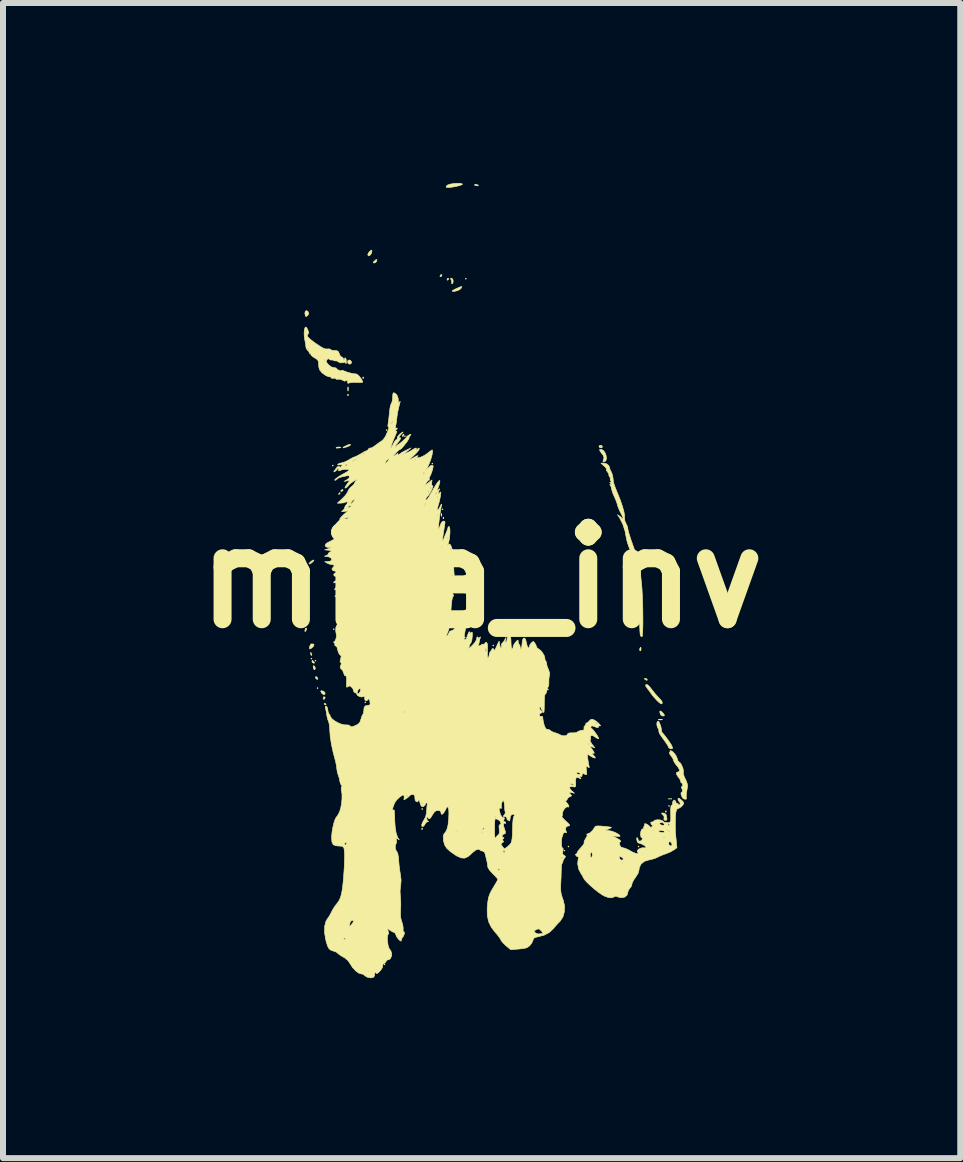
<source format=kicad_pcb>
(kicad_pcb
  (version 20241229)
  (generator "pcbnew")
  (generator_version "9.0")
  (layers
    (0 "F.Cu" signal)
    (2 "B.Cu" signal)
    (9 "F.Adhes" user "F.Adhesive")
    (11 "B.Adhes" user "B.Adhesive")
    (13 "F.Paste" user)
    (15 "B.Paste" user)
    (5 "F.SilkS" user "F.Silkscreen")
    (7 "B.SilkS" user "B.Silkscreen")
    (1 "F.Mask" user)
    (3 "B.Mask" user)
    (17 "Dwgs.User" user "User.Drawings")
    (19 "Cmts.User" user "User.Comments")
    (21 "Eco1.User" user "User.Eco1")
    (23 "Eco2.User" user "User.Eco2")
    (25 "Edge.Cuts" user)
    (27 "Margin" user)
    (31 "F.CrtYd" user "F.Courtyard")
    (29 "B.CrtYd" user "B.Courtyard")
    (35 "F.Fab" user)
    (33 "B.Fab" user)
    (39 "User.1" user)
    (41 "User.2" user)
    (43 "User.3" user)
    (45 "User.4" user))
  (footprint "mila_inv"
    (layer "F.Cu")
    (at 4.978 6.583)
    (property "Reference" "mila_inv" (at 0 0 0) (layer "F.SilkS") (effects (font (size 1.524 1.524) (thickness 0.3))))
    (attr through_hole)
    (fp_poly (pts (xy -2.828 1.346) (xy -2.836 1.355) (xy -2.845 1.346) (xy -2.836 1.338) (xy -2.828 1.346)) (stroke (width 0.01) (type solid)) (fill yes) (layer "F.SilkS"))
    (fp_poly (pts (xy -2.76 1.38) (xy -2.769 1.389) (xy -2.777 1.38) (xy -2.769 1.372) (xy -2.76 1.38)) (stroke (width 0.01) (type solid)) (fill yes) (layer "F.SilkS"))
    (fp_poly (pts (xy -2.726 1.837) (xy -2.735 1.846) (xy -2.743 1.837) (xy -2.735 1.829) (xy -2.726 1.837)) (stroke (width 0.01) (type solid)) (fill yes) (layer "F.SilkS"))
    (fp_poly (pts (xy -2.472 -1.871) (xy -2.481 -1.863) (xy -2.489 -1.871) (xy -2.481 -1.88) (xy -2.472 -1.871)) (stroke (width 0.01) (type solid)) (fill yes) (layer "F.SilkS"))
    (fp_poly (pts (xy -2.455 0.855) (xy -2.464 0.864) (xy -2.472 0.855) (xy -2.464 0.847) (xy -2.455 0.855)) (stroke (width 0.01) (type solid)) (fill yes) (layer "F.SilkS"))
    (fp_poly (pts (xy -2.421 -0.804) (xy -2.43 -0.796) (xy -2.438 -0.804) (xy -2.43 -0.813) (xy -2.421 -0.804)) (stroke (width 0.01) (type solid)) (fill yes) (layer "F.SilkS"))
    (fp_poly (pts (xy -1.93 2.074) (xy -1.939 2.083) (xy -1.947 2.074) (xy -1.939 2.066) (xy -1.93 2.074)) (stroke (width 0.01) (type solid)) (fill yes) (layer "F.SilkS"))
    (fp_poly (pts (xy -1.609 6.443) (xy -1.617 6.452) (xy -1.626 6.443) (xy -1.617 6.435) (xy -1.609 6.443)) (stroke (width 0.01) (type solid)) (fill yes) (layer "F.SilkS"))
    (fp_poly (pts (xy -1.575 -2.464) (xy -1.583 -2.455) (xy -1.592 -2.464) (xy -1.583 -2.472) (xy -1.575 -2.464)) (stroke (width 0.01) (type solid)) (fill yes) (layer "F.SilkS"))
    (fp_poly (pts (xy -1.27 -2.362) (xy -1.278 -2.354) (xy -1.287 -2.362) (xy -1.278 -2.371) (xy -1.27 -2.362)) (stroke (width 0.01) (type solid)) (fill yes) (layer "F.SilkS"))
    (fp_poly (pts (xy -0.982 3.852) (xy -0.991 3.861) (xy -0.999 3.852) (xy -0.991 3.844) (xy -0.982 3.852)) (stroke (width 0.01) (type solid)) (fill yes) (layer "F.SilkS"))
    (fp_poly (pts (xy -0.813 -1.905) (xy -0.821 -1.897) (xy -0.83 -1.905) (xy -0.821 -1.913) (xy -0.813 -1.905)) (stroke (width 0.01) (type solid)) (fill yes) (layer "F.SilkS"))
    (fp_poly (pts (xy -0.643 -1.143) (xy -0.652 -1.135) (xy -0.66 -1.143) (xy -0.652 -1.151) (xy -0.643 -1.143)) (stroke (width 0.01) (type solid)) (fill yes) (layer "F.SilkS"))
    (fp_poly (pts (xy -0.457 0.093) (xy -0.466 0.102) (xy -0.474 0.093) (xy -0.466 0.085) (xy -0.457 0.093)) (stroke (width 0.01) (type solid)) (fill yes) (layer "F.SilkS"))
    (fp_poly (pts (xy -0.271 0.991) (xy -0.279 0.999) (xy -0.288 0.991) (xy -0.279 0.982) (xy -0.271 0.991)) (stroke (width 0.01) (type solid)) (fill yes) (layer "F.SilkS"))
    (fp_poly (pts (xy -0.254 -4.987) (xy -0.262 -4.978) (xy -0.271 -4.987) (xy -0.262 -4.995) (xy -0.254 -4.987)) (stroke (width 0.01) (type solid)) (fill yes) (layer "F.SilkS"))
    (fp_poly (pts (xy 0.203 1.126) (xy 0.195 1.135) (xy 0.186 1.126) (xy 0.195 1.118) (xy 0.203 1.126)) (stroke (width 0.01) (type solid)) (fill yes) (layer "F.SilkS"))
    (fp_poly (pts (xy 1.389 4.547) (xy 1.38 4.555) (xy 1.372 4.547) (xy 1.38 4.538) (xy 1.389 4.547)) (stroke (width 0.01) (type solid)) (fill yes) (layer "F.SilkS"))
    (fp_poly (pts (xy 1.456 4.479) (xy 1.448 4.487) (xy 1.439 4.479) (xy 1.448 4.47) (xy 1.456 4.479)) (stroke (width 0.01) (type solid)) (fill yes) (layer "F.SilkS"))
    (fp_poly (pts (xy 2.625 4.479) (xy 2.616 4.487) (xy 2.608 4.479) (xy 2.616 4.47) (xy 2.625 4.479)) (stroke (width 0.01) (type solid)) (fill yes) (layer "F.SilkS"))
    (fp_poly (pts (xy 3.133 3.683) (xy 3.124 3.691) (xy 3.116 3.683) (xy 3.124 3.675) (xy 3.133 3.683)) (stroke (width 0.01) (type solid)) (fill yes) (layer "F.SilkS"))
    (fp_poly (pts (xy 3.133 3.802) (xy 3.124 3.81) (xy 3.116 3.802) (xy 3.124 3.793) (xy 3.133 3.802)) (stroke (width 0.01) (type solid)) (fill yes) (layer "F.SilkS"))
    (fp_poly (pts (xy 3.167 3.683) (xy 3.158 3.691) (xy 3.15 3.683) (xy 3.158 3.675) (xy 3.167 3.683)) (stroke (width 0.01) (type solid)) (fill yes) (layer "F.SilkS"))
    (fp_poly (pts (xy -2.884 0.073) (xy -2.882 0.093) (xy -2.884 0.096) (xy -2.894 0.094) (xy -2.896 0.085) (xy -2.889 0.071) (xy -2.884 0.073)) (stroke (width 0.01) (type solid)) (fill yes) (layer "F.SilkS"))
    (fp_poly (pts (xy -2.224 -3.059) (xy -2.222 -3.039) (xy -2.224 -3.037) (xy -2.234 -3.039) (xy -2.235 -3.048) (xy -2.229 -3.062) (xy -2.224 -3.059)) (stroke (width 0.01) (type solid)) (fill yes) (layer "F.SilkS"))
    (fp_poly (pts (xy -1.97 -3.347) (xy -1.968 -3.327) (xy -1.97 -3.325) (xy -1.98 -3.327) (xy -1.981 -3.336) (xy -1.975 -3.35) (xy -1.97 -3.347)) (stroke (width 0.01) (type solid)) (fill yes) (layer "F.SilkS"))
    (fp_poly (pts (xy -0.988 4.171) (xy -0.986 4.191) (xy -0.988 4.194) (xy -0.998 4.191) (xy -0.999 4.183) (xy -0.993 4.169) (xy -0.988 4.171)) (stroke (width 0.01) (type solid)) (fill yes) (layer "F.SilkS"))
    (fp_poly (pts (xy -0.666 -1.071) (xy -0.664 -1.036) (xy -0.666 -1.029) (xy -0.672 -1.027) (xy -0.675 -1.05) (xy -0.672 -1.074) (xy -0.666 -1.071)) (stroke (width 0.01) (type solid)) (fill yes) (layer "F.SilkS"))
    (fp_poly (pts (xy -0.632 -1.01) (xy -0.63 -0.99) (xy -0.632 -0.988) (xy -0.642 -0.99) (xy -0.643 -0.999) (xy -0.637 -1.013) (xy -0.632 -1.01)) (stroke (width 0.01) (type solid)) (fill yes) (layer "F.SilkS"))
    (fp_poly (pts (xy 3.076 3.883) (xy 3.078 3.903) (xy 3.076 3.906) (xy 3.066 3.904) (xy 3.065 3.895) (xy 3.071 3.881) (xy 3.076 3.883)) (stroke (width 0.01) (type solid)) (fill yes) (layer "F.SilkS"))
    (fp_poly (pts (xy -2.887 0.661) (xy -2.905 0.675) (xy -2.925 0.677) (xy -2.929 0.671) (xy -2.916 0.66) (xy -2.903 0.654) (xy -2.886 0.653) (xy -2.887 0.661)) (stroke (width 0.01) (type solid)) (fill yes) (layer "F.SilkS"))
    (fp_poly (pts (xy -2.843 1.248) (xy -2.842 1.249) (xy -2.83 1.278) (xy -2.831 1.289) (xy -2.84 1.293) (xy -2.849 1.271) (xy -2.853 1.245) (xy -2.843 1.248)) (stroke (width 0.01) (type solid)) (fill yes) (layer "F.SilkS"))
    (fp_poly (pts (xy -1.294 -2.393) (xy -1.297 -2.38) (xy -1.311 -2.356) (xy -1.32 -2.36) (xy -1.321 -2.37) (xy -1.309 -2.393) (xy -1.304 -2.396) (xy -1.294 -2.393)) (stroke (width 0.01) (type solid)) (fill yes) (layer "F.SilkS"))
    (fp_poly (pts (xy -2.917 0.857) (xy -2.929 0.881) (xy -2.943 0.896) (xy -2.946 0.881) (xy -2.946 0.877) (xy -2.938 0.847) (xy -2.929 0.838) (xy -2.915 0.837) (xy -2.917 0.857)) (stroke (width 0.01) (type solid)) (fill yes) (layer "F.SilkS"))
    (fp_poly (pts (xy -2.815 1.38) (xy -2.79 1.406) (xy -2.787 1.41) (xy -2.787 1.42) (xy -2.8 1.422) (xy -2.823 1.409) (xy -2.828 1.393) (xy -2.822 1.375) (xy -2.815 1.38)) (stroke (width 0.01) (type solid)) (fill yes) (layer "F.SilkS"))
    (fp_poly (pts (xy -2.78 1.478) (xy -2.772 1.509) (xy -2.776 1.523) (xy -2.789 1.533) (xy -2.801 1.512) (xy -2.802 1.508) (xy -2.808 1.473) (xy -2.8 1.462) (xy -2.78 1.478)) (stroke (width 0.01) (type solid)) (fill yes) (layer "F.SilkS"))
    (fp_poly (pts (xy -2.737 1.662) (xy -2.729 1.682) (xy -2.739 1.693) (xy -2.74 1.693) (xy -2.76 1.68) (xy -2.767 1.667) (xy -2.767 1.647) (xy -2.757 1.646) (xy -2.737 1.662)) (stroke (width 0.01) (type solid)) (fill yes) (layer "F.SilkS"))
    (fp_poly (pts (xy -2.608 1.993) (xy -2.608 1.997) (xy -2.62 2.02) (xy -2.625 2.024) (xy -2.639 2.02) (xy -2.642 2.008) (xy -2.633 1.984) (xy -2.625 1.981) (xy -2.608 1.993)) (stroke (width 0.01) (type solid)) (fill yes) (layer "F.SilkS"))
    (fp_poly (pts (xy -2.608 2.091) (xy -2.592 2.106) (xy -2.591 2.109) (xy -2.604 2.116) (xy -2.608 2.117) (xy -2.624 2.104) (xy -2.625 2.099) (xy -2.614 2.089) (xy -2.608 2.091)) (stroke (width 0.01) (type solid)) (fill yes) (layer "F.SilkS"))
    (fp_poly (pts (xy -2.368 -2.181) (xy -2.346 -2.176) (xy -2.354 -2.171) (xy -2.384 -2.165) (xy -2.419 -2.163) (xy -2.426 -2.17) (xy -2.424 -2.172) (xy -2.397 -2.182) (xy -2.368 -2.181)) (stroke (width 0.01) (type solid)) (fill yes) (layer "F.SilkS"))
    (fp_poly (pts (xy -2.359 -1.411) (xy -2.362 -1.405) (xy -2.378 -1.389) (xy -2.381 -1.389) (xy -2.382 -1.399) (xy -2.379 -1.405) (xy -2.363 -1.422) (xy -2.36 -1.422) (xy -2.359 -1.411)) (stroke (width 0.01) (type solid)) (fill yes) (layer "F.SilkS"))
    (fp_poly (pts (xy -2.309 -1.463) (xy -2.311 -1.456) (xy -2.334 -1.44) (xy -2.339 -1.439) (xy -2.348 -1.45) (xy -2.345 -1.456) (xy -2.323 -1.473) (xy -2.318 -1.473) (xy -2.309 -1.463)) (stroke (width 0.01) (type solid)) (fill yes) (layer "F.SilkS"))
    (fp_poly (pts (xy -2.224 -3.179) (xy -2.221 -3.136) (xy -2.224 -3.12) (xy -2.228 -3.115) (xy -2.231 -3.138) (xy -2.231 -3.15) (xy -2.23 -3.18) (xy -2.225 -3.184) (xy -2.224 -3.179)) (stroke (width 0.01) (type solid)) (fill yes) (layer "F.SilkS"))
    (fp_poly (pts (xy -1.745 -5.304) (xy -1.75 -5.275) (xy -1.774 -5.253) (xy -1.789 -5.249) (xy -1.807 -5.252) (xy -1.802 -5.265) (xy -1.786 -5.283) (xy -1.758 -5.307) (xy -1.745 -5.304)) (stroke (width 0.01) (type solid)) (fill yes) (layer "F.SilkS"))
    (fp_poly (pts (xy -0.662 -5.054) (xy -0.66 -5.048) (xy -0.673 -5.024) (xy -0.677 -5.021) (xy -0.693 -5.022) (xy -0.694 -5.027) (xy -0.682 -5.051) (xy -0.677 -5.055) (xy -0.662 -5.054)) (stroke (width 0.01) (type solid)) (fill yes) (layer "F.SilkS"))
    (fp_poly (pts (xy -0.548 -4.985) (xy -0.55 -4.978) (xy -0.566 -4.962) (xy -0.568 -4.961) (xy -0.576 -4.975) (xy -0.576 -4.978) (xy -0.563 -4.995) (xy -0.558 -4.995) (xy -0.548 -4.985)) (stroke (width 0.01) (type solid)) (fill yes) (layer "F.SilkS"))
    (fp_poly (pts (xy -0.085 -6.558) (xy -0.057 -6.548) (xy -0.051 -6.543) (xy -0.065 -6.537) (xy -0.085 -6.536) (xy -0.112 -6.543) (xy -0.119 -6.552) (xy -0.105 -6.56) (xy -0.085 -6.558)) (stroke (width 0.01) (type solid)) (fill yes) (layer "F.SilkS"))
    (fp_poly (pts (xy 2.658 1.174) (xy 2.658 1.181) (xy 2.654 1.214) (xy 2.643 1.215) (xy 2.635 1.206) (xy 2.636 1.182) (xy 2.642 1.168) (xy 2.654 1.156) (xy 2.658 1.174)) (stroke (width 0.01) (type solid)) (fill yes) (layer "F.SilkS"))
    (fp_poly (pts (xy 2.756 1.684) (xy 2.76 1.693) (xy 2.758 1.708) (xy 2.743 1.704) (xy 2.726 1.693) (xy 2.711 1.68) (xy 2.727 1.677) (xy 2.731 1.677) (xy 2.756 1.684)) (stroke (width 0.01) (type solid)) (fill yes) (layer "F.SilkS"))
    (fp_poly (pts (xy 3.01 2.359) (xy 3.015 2.364) (xy 2.992 2.367) (xy 2.98 2.367) (xy 2.949 2.365) (xy 2.946 2.361) (xy 2.951 2.359) (xy 2.994 2.356) (xy 3.01 2.359)) (stroke (width 0.01) (type solid)) (fill yes) (layer "F.SilkS"))
    (fp_poly (pts (xy -2.88 0.493) (xy -2.894 0.522) (xy -2.904 0.534) (xy -2.922 0.555) (xy -2.928 0.549) (xy -2.929 0.54) (xy -2.917 0.506) (xy -2.904 0.491) (xy -2.884 0.48) (xy -2.88 0.493)) (stroke (width 0.01) (type solid)) (fill yes) (layer "F.SilkS"))
    (fp_poly (pts (xy -2.635 1.89) (xy -2.613 1.909) (xy -2.609 1.933) (xy -2.624 1.947) (xy -2.629 1.947) (xy -2.654 1.934) (xy -2.672 1.913) (xy -2.682 1.887) (xy -2.666 1.881) (xy -2.635 1.89)) (stroke (width 0.01) (type solid)) (fill yes) (layer "F.SilkS"))
    (fp_poly (pts (xy -2.895 -4.441) (xy -2.889 -4.433) (xy -2.881 -4.403) (xy -2.899 -4.375) (xy -2.922 -4.356) (xy -2.934 -4.362) (xy -2.939 -4.373) (xy -2.946 -4.415) (xy -2.938 -4.445) (xy -2.919 -4.456) (xy -2.895 -4.441)) (stroke (width 0.01) (type solid)) (fill yes) (layer "F.SilkS"))
    (fp_poly (pts (xy -2.184 -2.219) (xy -2.199 -2.204) (xy -2.233 -2.188) (xy -2.238 -2.186) (xy -2.285 -2.172) (xy -2.31 -2.168) (xy -2.309 -2.176) (xy -2.286 -2.19) (xy -2.226 -2.218) (xy -2.193 -2.227) (xy -2.184 -2.219)) (stroke (width 0.01) (type solid)) (fill yes) (layer "F.SilkS"))
    (fp_poly (pts (xy -2.182 -3.622) (xy -2.168 -3.596) (xy -2.167 -3.591) (xy -2.18 -3.568) (xy -2.205 -3.563) (xy -2.227 -3.578) (xy -2.23 -3.583) (xy -2.231 -3.615) (xy -2.228 -3.622) (xy -2.206 -3.633) (xy -2.182 -3.622)) (stroke (width 0.01) (type solid)) (fill yes) (layer "F.SilkS"))
    (fp_poly (pts (xy -1.83 -5.461) (xy -1.829 -5.442) (xy -1.839 -5.404) (xy -1.864 -5.375) (xy -1.883 -5.368) (xy -1.895 -5.381) (xy -1.897 -5.391) (xy -1.885 -5.418) (xy -1.863 -5.444) (xy -1.838 -5.464) (xy -1.83 -5.461)) (stroke (width 0.01) (type solid)) (fill yes) (layer "F.SilkS"))
    (fp_poly (pts (xy -2.806 1.102) (xy -2.795 1.111) (xy -2.794 1.12) (xy -2.806 1.144) (xy -2.834 1.17) (xy -2.862 1.184) (xy -2.865 1.185) (xy -2.869 1.171) (xy -2.865 1.143) (xy -2.852 1.112) (xy -2.841 1.101) (xy -2.806 1.102)) (stroke (width 0.01) (type solid)) (fill yes) (layer "F.SilkS"))
    (fp_poly (pts (xy -2.795 -0.294) (xy -2.807 -0.275) (xy -2.837 -0.248) (xy -2.839 -0.247) (xy -2.868 -0.23) (xy -2.876 -0.235) (xy -2.876 -0.237) (xy -2.861 -0.259) (xy -2.835 -0.281) (xy -2.81 -0.296) (xy -2.795 -0.297) (xy -2.795 -0.294)) (stroke (width 0.01) (type solid)) (fill yes) (layer "F.SilkS"))
    (fp_poly (pts (xy -0.482 -4.982) (xy -0.474 -4.951) (xy -0.478 -4.918) (xy -0.491 -4.902) (xy -0.5 -4.905) (xy -0.497 -4.918) (xy -0.499 -4.953) (xy -0.508 -4.97) (xy -0.52 -4.99) (xy -0.504 -4.995) (xy -0.502 -4.995) (xy -0.482 -4.982)) (stroke (width 0.01) (type solid)) (fill yes) (layer "F.SilkS"))
    (fp_poly (pts (xy 3 2.23) (xy 3.026 2.256) (xy 3.045 2.283) (xy 3.048 2.292) (xy 3.036 2.303) (xy 3.011 2.299) (xy 2.988 2.285) (xy 2.986 2.282) (xy 2.972 2.248) (xy 2.971 2.224) (xy 2.979 2.218) (xy 3 2.23)) (stroke (width 0.01) (type solid)) (fill yes) (layer "F.SilkS"))
    (fp_poly (pts (xy -0.329 -4.856) (xy -0.334 -4.841) (xy -0.347 -4.821) (xy -0.371 -4.803) (xy -0.408 -4.787) (xy -0.449 -4.777) (xy -0.48 -4.775) (xy -0.491 -4.782) (xy -0.477 -4.794) (xy -0.443 -4.812) (xy -0.4 -4.832) (xy -0.36 -4.849) (xy -0.333 -4.857) (xy -0.329 -4.856)) (stroke (width 0.01) (type solid)) (fill yes) (layer "F.SilkS"))
    (fp_poly (pts (xy -0.351 -6.576) (xy -0.333 -6.572) (xy -0.318 -6.563) (xy -0.33 -6.553) (xy -0.366 -6.54) (xy -0.431 -6.524) (xy -0.494 -6.513) (xy -0.548 -6.508) (xy -0.583 -6.51) (xy -0.593 -6.518) (xy -0.579 -6.539) (xy -0.563 -6.55) (xy -0.522 -6.564) (xy -0.463 -6.573) (xy -0.401 -6.578) (xy -0.351 -6.576)) (stroke (width 0.01) (type solid)) (fill yes) (layer "F.SilkS"))
    (fp_poly (pts (xy 2.002 -2.207) (xy 2.015 -2.182) (xy 2.015 -2.182) (xy 2.003 -2.169) (xy 1.977 -2.17) (xy 1.957 -2.183) (xy 1.959 -2.193) (xy 1.981 -2.193) (xy 1.99 -2.184) (xy 1.998 -2.193) (xy 1.99 -2.201) (xy 1.981 -2.193) (xy 1.959 -2.193) (xy 1.961 -2.201) (xy 1.971 -2.207) (xy 2.002 -2.207)) (stroke (width 0.01) (type solid)) (fill yes) (layer "F.SilkS"))
    (fp_poly (pts (xy 3.044 3.923) (xy 3.045 3.923) (xy 3.074 3.942) (xy 3.082 3.963) (xy 3.087 4.003) (xy 3.091 4.017) (xy 3.086 4.036) (xy 3.063 4.043) (xy 3.041 4.034) (xy 3.039 4.014) (xy 3.043 4.001) (xy 3.039 3.97) (xy 3.022 3.952) (xy 3 3.929) (xy 3.008 3.918) (xy 3.044 3.923)) (stroke (width 0.01) (type solid)) (fill yes) (layer "F.SilkS"))
    (fp_poly (pts (xy 1.992 -2.143) (xy 2.029 -2.125) (xy 2.057 -2.088) (xy 2.075 -2.041) (xy 2.082 -1.994) (xy 2.073 -1.955) (xy 2.047 -1.934) (xy 2.045 -1.934) (xy 2.025 -1.934) (xy 2.025 -1.952) (xy 2.032 -1.973) (xy 2.04 -2.008) (xy 2.029 -2.039) (xy 2.007 -2.069) (xy 1.974 -2.113) (xy 1.967 -2.138) (xy 1.985 -2.144) (xy 1.992 -2.143)) (stroke (width 0.01) (type solid)) (fill yes) (layer "F.SilkS"))
    (fp_poly (pts (xy 2.764 1.781) (xy 2.797 1.81) (xy 2.837 1.86) (xy 2.882 1.918) (xy 2.928 1.971) (xy 2.961 2.006) (xy 2.998 2.046) (xy 3.013 2.079) (xy 3.007 2.097) (xy 2.995 2.1) (xy 2.974 2.088) (xy 2.939 2.059) (xy 2.915 2.035) (xy 2.874 1.989) (xy 2.839 1.947) (xy 2.828 1.931) (xy 2.799 1.89) (xy 2.764 1.845) (xy 2.762 1.842) (xy 2.737 1.806) (xy 2.735 1.786) (xy 2.743 1.778) (xy 2.764 1.781)) (stroke (width 0.01) (type solid)) (fill yes) (layer "F.SilkS"))
    (fp_poly (pts (xy 2.958 2.402) (xy 2.974 2.438) (xy 2.989 2.483) (xy 2.997 2.525) (xy 2.997 2.536) (xy 3.003 2.569) (xy 3.012 2.581) (xy 3.028 2.598) (xy 3.058 2.635) (xy 3.097 2.687) (xy 3.111 2.707) (xy 3.159 2.777) (xy 3.181 2.824) (xy 3.179 2.848) (xy 3.153 2.849) (xy 3.144 2.846) (xy 3.119 2.831) (xy 3.115 2.823) (xy 3.113 2.811) (xy 3.101 2.79) (xy 3.077 2.754) (xy 3.038 2.698) (xy 3.001 2.648) (xy 2.972 2.604) (xy 2.956 2.57) (xy 2.955 2.557) (xy 2.954 2.533) (xy 2.937 2.499) (xy 2.923 2.461) (xy 2.921 2.422) (xy 2.931 2.394) (xy 2.944 2.388) (xy 2.958 2.402)) (stroke (width 0.01) (type solid)) (fill yes) (layer "F.SilkS"))
    (fp_poly (pts (xy 3.18 2.892) (xy 3.215 2.927) (xy 3.245 2.971) (xy 3.262 3.014) (xy 3.273 3.049) (xy 3.285 3.065) (xy 3.286 3.065) (xy 3.307 3.079) (xy 3.331 3.115) (xy 3.352 3.161) (xy 3.363 3.204) (xy 3.363 3.225) (xy 3.365 3.273) (xy 3.378 3.315) (xy 3.409 3.379) (xy 3.426 3.424) (xy 3.433 3.46) (xy 3.43 3.498) (xy 3.422 3.542) (xy 3.413 3.599) (xy 3.411 3.645) (xy 3.413 3.663) (xy 3.413 3.686) (xy 3.391 3.691) (xy 3.357 3.675) (xy 3.335 3.639) (xy 3.323 3.601) (xy 3.327 3.58) (xy 3.336 3.573) (xy 3.35 3.556) (xy 3.344 3.526) (xy 3.339 3.514) (xy 3.33 3.486) (xy 3.335 3.479) (xy 3.336 3.48) (xy 3.349 3.475) (xy 3.353 3.455) (xy 3.346 3.427) (xy 3.336 3.421) (xy 3.321 3.407) (xy 3.319 3.393) (xy 3.309 3.363) (xy 3.283 3.324) (xy 3.276 3.316) (xy 3.248 3.272) (xy 3.248 3.245) (xy 3.275 3.234) (xy 3.278 3.234) (xy 3.299 3.224) (xy 3.297 3.194) (xy 3.271 3.151) (xy 3.251 3.127) (xy 3.22 3.086) (xy 3.202 3.052) (xy 3.2 3.043) (xy 3.19 3.014) (xy 3.165 2.975) (xy 3.157 2.965) (xy 3.134 2.933) (xy 3.129 2.914) (xy 3.132 2.913) (xy 3.144 2.902) (xy 3.141 2.896) (xy 3.143 2.88) (xy 3.149 2.879) (xy 3.18 2.892)) (stroke (width 0.01) (type solid)) (fill yes) (layer "F.SilkS"))
    (fp_poly (pts (xy 2.083 -1.902) (xy 2.12 -1.872) (xy 2.134 -1.835) (xy 2.142 -1.803) (xy 2.158 -1.773) (xy 2.176 -1.732) (xy 2.189 -1.677) (xy 2.191 -1.659) (xy 2.196 -1.616) (xy 2.203 -1.579) (xy 2.215 -1.54) (xy 2.234 -1.49) (xy 2.263 -1.419) (xy 2.269 -1.405) (xy 2.311 -1.3) (xy 2.345 -1.201) (xy 2.37 -1.115) (xy 2.383 -1.047) (xy 2.383 -1.007) (xy 2.388 -0.949) (xy 2.406 -0.908) (xy 2.428 -0.862) (xy 2.438 -0.821) (xy 2.438 -0.818) (xy 2.444 -0.783) (xy 2.462 -0.722) (xy 2.489 -0.638) (xy 2.524 -0.538) (xy 2.565 -0.426) (xy 2.571 -0.41) (xy 2.593 -0.347) (xy 2.612 -0.283) (xy 2.627 -0.211) (xy 2.641 -0.125) (xy 2.654 -0.017) (xy 2.667 0.105) (xy 2.674 0.189) (xy 2.679 0.287) (xy 2.684 0.394) (xy 2.687 0.506) (xy 2.688 0.617) (xy 2.689 0.722) (xy 2.688 0.815) (xy 2.685 0.893) (xy 2.681 0.949) (xy 2.676 0.979) (xy 2.673 0.982) (xy 2.654 0.97) (xy 2.647 0.961) (xy 2.643 0.938) (xy 2.639 0.887) (xy 2.636 0.813) (xy 2.633 0.72) (xy 2.631 0.615) (xy 2.63 0.576) (xy 2.628 0.462) (xy 2.625 0.354) (xy 2.622 0.258) (xy 2.617 0.181) (xy 2.612 0.13) (xy 2.611 0.123) (xy 2.604 0.066) (xy 2.608 0.037) (xy 2.612 0.034) (xy 2.618 0.024) (xy 2.609 0.011) (xy 2.596 -0.02) (xy 2.585 -0.069) (xy 2.583 -0.084) (xy 2.566 -0.196) (xy 2.54 -0.306) (xy 2.507 -0.403) (xy 2.486 -0.447) (xy 2.458 -0.509) (xy 2.433 -0.58) (xy 2.416 -0.645) (xy 2.412 -0.669) (xy 2.39 -0.785) (xy 2.378 -0.821) (xy 2.388 -0.821) (xy 2.396 -0.813) (xy 2.405 -0.821) (xy 2.396 -0.83) (xy 2.388 -0.821) (xy 2.378 -0.821) (xy 2.353 -0.898) (xy 2.303 -0.995) (xy 2.297 -1.005) (xy 2.265 -1.053) (xy 2.301 -1.03) (xy 2.328 -1.009) (xy 2.337 -0.995) (xy 2.35 -0.983) (xy 2.355 -0.982) (xy 2.359 -0.995) (xy 2.347 -1.028) (xy 2.338 -1.046) (xy 2.301 -1.119) (xy 2.274 -1.185) (xy 2.26 -1.234) (xy 2.259 -1.236) (xy 2.251 -1.264) (xy 2.231 -1.312) (xy 2.212 -1.355) (xy 2.188 -1.411) (xy 2.172 -1.459) (xy 2.168 -1.483) (xy 2.158 -1.521) (xy 2.147 -1.538) (xy 2.136 -1.554) (xy 2.151 -1.558) (xy 2.167 -1.561) (xy 2.153 -1.573) (xy 2.151 -1.575) (xy 2.135 -1.588) (xy 2.148 -1.591) (xy 2.163 -1.598) (xy 2.153 -1.614) (xy 2.142 -1.639) (xy 2.145 -1.648) (xy 2.144 -1.668) (xy 2.134 -1.685) (xy 2.12 -1.71) (xy 2.122 -1.721) (xy 2.119 -1.739) (xy 2.098 -1.767) (xy 2.079 -1.794) (xy 2.081 -1.808) (xy 2.081 -1.808) (xy 2.08 -1.822) (xy 2.059 -1.849) (xy 2.044 -1.863) (xy 1.99 -1.912) (xy 2.035 -1.913) (xy 2.083 -1.902)) (stroke (width 0.01) (type solid)) (fill yes) (layer "F.SilkS"))
    (fp_poly (pts (xy -2.915 -4.169) (xy -2.897 -4.134) (xy -2.895 -4.13) (xy -2.882 -4.09) (xy -2.888 -4.07) (xy -2.893 -4.065) (xy -2.907 -4.046) (xy -2.896 -4.017) (xy -2.857 -3.978) (xy -2.791 -3.927) (xy -2.755 -3.902) (xy -2.686 -3.856) (xy -2.637 -3.828) (xy -2.601 -3.816) (xy -2.572 -3.816) (xy -2.572 -3.816) (xy -2.536 -3.817) (xy -2.519 -3.808) (xy -2.5 -3.796) (xy -2.461 -3.79) (xy -2.451 -3.79) (xy -2.408 -3.786) (xy -2.385 -3.768) (xy -2.37 -3.732) (xy -2.354 -3.697) (xy -2.338 -3.683) (xy -2.335 -3.684) (xy -2.318 -3.678) (xy -2.304 -3.654) (xy -2.292 -3.63) (xy -2.288 -3.637) (xy -2.287 -3.646) (xy -2.279 -3.667) (xy -2.269 -3.666) (xy -2.258 -3.643) (xy -2.254 -3.603) (xy -2.254 -3.602) (xy -2.257 -3.573) (xy -2.263 -3.573) (xy -2.264 -3.577) (xy -2.277 -3.597) (xy -2.303 -3.59) (xy -2.332 -3.583) (xy -2.343 -3.594) (xy -2.35 -3.605) (xy -2.352 -3.593) (xy -2.359 -3.582) (xy -2.38 -3.597) (xy -2.381 -3.598) (xy -2.412 -3.616) (xy -2.432 -3.617) (xy -2.458 -3.619) (xy -2.464 -3.625) (xy -2.485 -3.633) (xy -2.491 -3.631) (xy -2.516 -3.632) (xy -2.534 -3.642) (xy -2.557 -3.655) (xy -2.575 -3.64) (xy -2.575 -3.64) (xy -2.588 -3.614) (xy -2.585 -3.593) (xy -2.562 -3.564) (xy -2.549 -3.55) (xy -2.507 -3.518) (xy -2.465 -3.505) (xy -2.432 -3.501) (xy -2.421 -3.493) (xy -2.408 -3.477) (xy -2.379 -3.46) (xy -2.349 -3.451) (xy -2.337 -3.456) (xy -2.324 -3.461) (xy -2.293 -3.45) (xy -2.29 -3.449) (xy -2.248 -3.432) (xy -2.193 -3.416) (xy -2.14 -3.404) (xy -2.102 -3.4) (xy -2.095 -3.401) (xy -2.072 -3.391) (xy -2.041 -3.362) (xy -2.01 -3.324) (xy -1.988 -3.285) (xy -1.981 -3.262) (xy -1.997 -3.258) (xy -2.036 -3.257) (xy -2.079 -3.259) (xy -2.137 -3.259) (xy -2.186 -3.254) (xy -2.206 -3.249) (xy -2.228 -3.243) (xy -2.235 -3.264) (xy -2.235 -3.27) (xy -2.239 -3.294) (xy -2.255 -3.289) (xy -2.258 -3.288) (xy -2.284 -3.279) (xy -2.317 -3.295) (xy -2.357 -3.311) (xy -2.386 -3.311) (xy -2.418 -3.31) (xy -2.43 -3.319) (xy -2.453 -3.33) (xy -2.474 -3.327) (xy -2.5 -3.326) (xy -2.506 -3.335) (xy -2.515 -3.35) (xy -2.519 -3.349) (xy -2.555 -3.354) (xy -2.604 -3.377) (xy -2.653 -3.413) (xy -2.665 -3.424) (xy -2.699 -3.466) (xy -2.713 -3.512) (xy -2.716 -3.553) (xy -2.72 -3.603) (xy -2.732 -3.632) (xy -2.625 -3.632) (xy -2.616 -3.624) (xy -2.608 -3.632) (xy -2.616 -3.641) (xy -2.625 -3.632) (xy -2.732 -3.632) (xy -2.733 -3.633) (xy -2.763 -3.656) (xy -2.781 -3.666) (xy -2.821 -3.692) (xy -2.843 -3.715) (xy -2.845 -3.721) (xy -2.857 -3.741) (xy -2.865 -3.742) (xy -2.876 -3.749) (xy -2.873 -3.753) (xy -2.876 -3.77) (xy -2.896 -3.788) (xy -2.919 -3.818) (xy -2.896 -3.818) (xy -2.887 -3.81) (xy -2.879 -3.818) (xy -2.887 -3.827) (xy -2.896 -3.818) (xy -2.919 -3.818) (xy -2.922 -3.823) (xy -2.929 -3.852) (xy -2.933 -3.892) (xy -2.943 -3.948) (xy -2.949 -3.976) (xy -2.957 -4.033) (xy -2.958 -4.091) (xy -2.953 -4.142) (xy -2.941 -4.175) (xy -2.931 -4.183) (xy -2.915 -4.169)) (stroke (width 0.01) (type solid)) (fill yes) (layer "F.SilkS"))
    (fp_poly (pts (xy 3.291 3.675) (xy 3.321 3.696) (xy 3.354 3.725) (xy 3.369 3.751) (xy 3.37 3.754) (xy 3.357 3.784) (xy 3.326 3.817) (xy 3.291 3.839) (xy 3.284 3.841) (xy 3.261 3.852) (xy 3.246 3.875) (xy 3.237 3.917) (xy 3.232 3.984) (xy 3.231 4.022) (xy 3.229 4.101) (xy 3.229 4.159) (xy 3.23 4.208) (xy 3.233 4.259) (xy 3.239 4.325) (xy 3.243 4.362) (xy 3.256 4.499) (xy 3.201 4.537) (xy 3.15 4.567) (xy 3.088 4.593) (xy 3.069 4.6) (xy 3.008 4.622) (xy 2.949 4.648) (xy 2.935 4.656) (xy 2.883 4.679) (xy 2.819 4.696) (xy 2.794 4.701) (xy 2.716 4.724) (xy 2.66 4.768) (xy 2.629 4.829) (xy 2.625 4.865) (xy 2.608 4.927) (xy 2.565 4.993) (xy 2.532 5.042) (xy 2.511 5.085) (xy 2.506 5.105) (xy 2.494 5.145) (xy 2.472 5.173) (xy 2.446 5.21) (xy 2.438 5.241) (xy 2.424 5.288) (xy 2.387 5.32) (xy 2.335 5.332) (xy 2.278 5.321) (xy 2.266 5.315) (xy 2.231 5.306) (xy 2.213 5.315) (xy 2.173 5.333) (xy 2.116 5.329) (xy 2.049 5.305) (xy 2.007 5.282) (xy 1.948 5.241) (xy 1.883 5.19) (xy 1.82 5.135) (xy 1.764 5.083) (xy 1.722 5.038) (xy 1.7 5.006) (xy 1.699 5.004) (xy 1.681 4.965) (xy 1.657 4.93) (xy 1.618 4.855) (xy 1.602 4.768) (xy 1.603 4.75) (xy 2.337 4.75) (xy 2.345 4.758) (xy 2.354 4.75) (xy 2.345 4.741) (xy 2.337 4.75) (xy 1.603 4.75) (xy 1.608 4.703) (xy 1.614 4.665) (xy 1.611 4.648) (xy 1.609 4.648) (xy 1.589 4.644) (xy 1.575 4.631) (xy 1.571 4.624) (xy 1.812 4.624) (xy 1.816 4.658) (xy 1.828 4.665) (xy 1.829 4.665) (xy 1.839 4.647) (xy 2.294 4.647) (xy 2.298 4.674) (xy 2.317 4.701) (xy 2.344 4.706) (xy 2.362 4.691) (xy 2.357 4.672) (xy 2.338 4.658) (xy 2.305 4.642) (xy 2.294 4.647) (xy 1.839 4.647) (xy 1.842 4.642) (xy 1.846 4.613) (xy 1.84 4.582) (xy 1.829 4.572) (xy 1.817 4.587) (xy 1.812 4.622) (xy 1.812 4.624) (xy 1.571 4.624) (xy 1.563 4.61) (xy 1.573 4.606) (xy 1.59 4.592) (xy 1.592 4.584) (xy 1.603 4.56) (xy 1.631 4.523) (xy 1.659 4.492) (xy 1.692 4.454) (xy 1.709 4.426) (xy 1.709 4.416) (xy 1.707 4.4) (xy 1.722 4.367) (xy 1.733 4.348) (xy 1.759 4.303) (xy 1.759 4.28) (xy 1.756 4.278) (xy 1.751 4.271) (xy 1.763 4.269) (xy 1.802 4.253) (xy 1.845 4.216) (xy 1.878 4.169) (xy 1.891 4.149) (xy 1.908 4.138) (xy 1.937 4.135) (xy 1.987 4.137) (xy 2.029 4.141) (xy 2.091 4.147) (xy 2.139 4.153) (xy 2.164 4.158) (xy 2.165 4.158) (xy 2.156 4.168) (xy 2.124 4.183) (xy 2.114 4.187) (xy 2.057 4.211) (xy 2.112 4.212) (xy 2.168 4.222) (xy 2.23 4.245) (xy 2.282 4.274) (xy 2.303 4.293) (xy 2.309 4.306) (xy 2.291 4.311) (xy 2.249 4.308) (xy 2.176 4.301) (xy 2.248 4.336) (xy 2.292 4.361) (xy 2.318 4.384) (xy 2.319 4.399) (xy 2.304 4.403) (xy 2.297 4.417) (xy 2.301 4.449) (xy 2.321 4.486) (xy 2.358 4.499) (xy 2.399 4.51) (xy 2.45 4.534) (xy 2.47 4.545) (xy 2.521 4.573) (xy 2.569 4.592) (xy 2.582 4.596) (xy 2.613 4.599) (xy 2.613 4.597) (xy 2.692 4.597) (xy 2.701 4.606) (xy 2.709 4.597) (xy 2.701 4.589) (xy 2.692 4.597) (xy 2.613 4.597) (xy 2.615 4.59) (xy 2.605 4.578) (xy 2.594 4.555) (xy 2.607 4.533) (xy 2.62 4.521) (xy 2.67 4.5) (xy 2.7 4.5) (xy 2.732 4.5) (xy 2.743 4.491) (xy 2.729 4.472) (xy 2.696 4.45) (xy 2.655 4.43) (xy 2.649 4.428) (xy 3.118 4.428) (xy 3.121 4.444) (xy 3.142 4.469) (xy 3.169 4.462) (xy 3.172 4.46) (xy 3.173 4.438) (xy 3.164 4.416) (xy 3.143 4.396) (xy 3.124 4.403) (xy 3.118 4.428) (xy 2.649 4.428) (xy 2.62 4.42) (xy 2.616 4.42) (xy 2.599 4.405) (xy 2.587 4.37) (xy 2.586 4.338) (xy 2.593 4.328) (xy 2.594 4.328) (xy 2.607 4.351) (xy 2.608 4.36) (xy 2.619 4.385) (xy 2.645 4.389) (xy 2.671 4.37) (xy 2.673 4.367) (xy 2.683 4.342) (xy 2.677 4.335) (xy 2.666 4.326) (xy 3.031 4.326) (xy 3.04 4.335) (xy 3.048 4.326) (xy 3.04 4.318) (xy 3.031 4.326) (xy 2.666 4.326) (xy 2.657 4.32) (xy 2.649 4.282) (xy 2.653 4.233) (xy 2.657 4.223) (xy 2.947 4.223) (xy 2.966 4.236) (xy 2.976 4.239) (xy 3.023 4.247) (xy 3.044 4.242) (xy 3.048 4.229) (xy 3.044 4.225) (xy 3.116 4.225) (xy 3.124 4.233) (xy 3.133 4.225) (xy 3.124 4.216) (xy 3.116 4.225) (xy 3.044 4.225) (xy 3.033 4.214) (xy 2.997 4.208) (xy 3.082 4.208) (xy 3.09 4.216) (xy 3.099 4.208) (xy 3.09 4.199) (xy 3.082 4.208) (xy 2.997 4.208) (xy 2.959 4.212) (xy 2.947 4.223) (xy 2.657 4.223) (xy 2.663 4.208) (xy 2.845 4.208) (xy 2.853 4.216) (xy 2.862 4.208) (xy 2.853 4.199) (xy 2.845 4.208) (xy 2.663 4.208) (xy 2.667 4.197) (xy 2.676 4.191) (xy 2.726 4.191) (xy 2.735 4.199) (xy 2.743 4.191) (xy 2.735 4.183) (xy 2.726 4.191) (xy 2.676 4.191) (xy 2.687 4.183) (xy 2.687 4.183) (xy 2.703 4.174) (xy 2.702 4.167) (xy 2.704 4.145) (xy 2.709 4.14) (xy 2.719 4.12) (xy 2.717 4.114) (xy 2.716 4.099) (xy 2.734 4.098) (xy 2.761 4.109) (xy 2.787 4.128) (xy 2.792 4.133) (xy 2.814 4.157) (xy 2.83 4.156) (xy 2.846 4.139) (xy 2.857 4.12) (xy 2.851 4.12) (xy 2.832 4.116) (xy 2.823 4.098) (xy 2.964 4.098) (xy 2.977 4.112) (xy 3.008 4.124) (xy 3.037 4.124) (xy 3.048 4.114) (xy 3.045 4.108) (xy 3.105 4.108) (xy 3.107 4.115) (xy 3.122 4.131) (xy 3.125 4.132) (xy 3.132 4.119) (xy 3.133 4.115) (xy 3.12 4.099) (xy 3.115 4.098) (xy 3.105 4.108) (xy 3.045 4.108) (xy 3.034 4.089) (xy 3.004 4.077) (xy 2.98 4.082) (xy 2.964 4.098) (xy 2.823 4.098) (xy 2.823 4.096) (xy 2.821 4.071) (xy 2.836 4.07) (xy 2.861 4.065) (xy 2.869 4.054) (xy 2.89 4.039) (xy 2.931 4.032) (xy 2.976 4.035) (xy 3.013 4.046) (xy 3.026 4.059) (xy 3.047 4.074) (xy 3.087 4.081) (xy 3.092 4.081) (xy 3.12 4.08) (xy 3.139 4.074) (xy 3.149 4.055) (xy 3.153 4.019) (xy 3.153 3.96) (xy 3.151 3.899) (xy 3.152 3.837) (xy 3.159 3.8) (xy 3.167 3.793) (xy 3.181 3.78) (xy 3.182 3.772) (xy 3.185 3.739) (xy 3.187 3.734) (xy 3.2 3.734) (xy 3.209 3.742) (xy 3.217 3.734) (xy 3.209 3.725) (xy 3.2 3.734) (xy 3.187 3.734) (xy 3.191 3.722) (xy 3.206 3.703) (xy 3.226 3.713) (xy 3.241 3.737) (xy 3.24 3.747) (xy 3.247 3.757) (xy 3.26 3.759) (xy 3.279 3.766) (xy 3.278 3.773) (xy 3.283 3.786) (xy 3.292 3.787) (xy 3.309 3.776) (xy 3.309 3.75) (xy 3.292 3.728) (xy 3.277 3.703) (xy 3.274 3.688) (xy 3.276 3.672) (xy 3.291 3.675)) (stroke (width 0.01) (type solid)) (fill yes) (layer "F.SilkS"))
    (fp_poly (pts (xy -1.413 -3.052) (xy -1.391 -2.994) (xy -1.389 -2.963) (xy -1.386 -2.927) (xy -1.379 -2.92) (xy -1.37 -2.929) (xy -1.358 -2.944) (xy -1.359 -2.928) (xy -1.361 -2.921) (xy -1.371 -2.883) (xy -1.384 -2.831) (xy -1.387 -2.819) (xy -1.399 -2.76) (xy -1.41 -2.69) (xy -1.412 -2.665) (xy -1.42 -2.604) (xy -1.429 -2.549) (xy -1.433 -2.531) (xy -1.437 -2.499) (xy -1.427 -2.495) (xy -1.425 -2.496) (xy -1.408 -2.497) (xy -1.405 -2.49) (xy -1.418 -2.473) (xy -1.422 -2.472) (xy -1.439 -2.459) (xy -1.439 -2.454) (xy -1.429 -2.444) (xy -1.423 -2.447) (xy -1.414 -2.448) (xy -1.415 -2.433) (xy -1.429 -2.396) (xy -1.455 -2.334) (xy -1.465 -2.311) (xy -1.488 -2.255) (xy -1.504 -2.209) (xy -1.513 -2.177) (xy -1.513 -2.163) (xy -1.504 -2.172) (xy -1.485 -2.208) (xy -1.482 -2.214) (xy -1.457 -2.262) (xy -1.435 -2.294) (xy -1.423 -2.303) (xy -1.408 -2.312) (xy -1.408 -2.316) (xy -1.401 -2.352) (xy -1.37 -2.391) (xy -1.341 -2.414) (xy -1.314 -2.431) (xy -1.308 -2.431) (xy -1.325 -2.412) (xy -1.345 -2.39) (xy -1.375 -2.354) (xy -1.378 -2.336) (xy -1.354 -2.334) (xy -1.349 -2.335) (xy -1.348 -2.326) (xy -1.363 -2.3) (xy -1.385 -2.268) (xy -1.408 -2.239) (xy -1.423 -2.226) (xy -1.437 -2.203) (xy -1.438 -2.188) (xy -1.436 -2.169) (xy -1.428 -2.182) (xy -1.425 -2.19) (xy -1.411 -2.213) (xy -1.403 -2.215) (xy -1.387 -2.223) (xy -1.355 -2.247) (xy -1.317 -2.279) (xy -1.281 -2.313) (xy -1.255 -2.341) (xy -1.247 -2.354) (xy -1.236 -2.366) (xy -1.208 -2.383) (xy -1.18 -2.395) (xy -1.178 -2.389) (xy -1.188 -2.376) (xy -1.207 -2.344) (xy -1.21 -2.328) (xy -1.22 -2.306) (xy -1.244 -2.269) (xy -1.276 -2.227) (xy -1.309 -2.186) (xy -1.338 -2.155) (xy -1.356 -2.142) (xy -1.358 -2.142) (xy -1.372 -2.135) (xy -1.403 -2.109) (xy -1.432 -2.08) (xy -1.466 -2.042) (xy -1.474 -2.025) (xy -1.458 -2.032) (xy -1.418 -2.062) (xy -1.415 -2.064) (xy -1.396 -2.077) (xy -1.395 -2.07) (xy -1.397 -2.052) (xy -1.382 -2.051) (xy -1.373 -2.057) (xy -1.321 -2.057) (xy -1.312 -2.049) (xy -1.304 -2.057) (xy -1.312 -2.066) (xy -1.321 -2.057) (xy -1.373 -2.057) (xy -1.363 -2.066) (xy -1.363 -2.066) (xy -1.342 -2.083) (xy -1.301 -2.107) (xy -1.264 -2.125) (xy -1.177 -2.166) (xy -1.295 -2.064) (xy -1.245 -2.085) (xy -1.192 -2.111) (xy -1.149 -2.137) (xy -1.107 -2.162) (xy -1.088 -2.164) (xy -1.089 -2.143) (xy -1.09 -2.138) (xy -1.095 -2.12) (xy -1.085 -2.129) (xy -1.075 -2.141) (xy -1.053 -2.162) (xy -1.04 -2.163) (xy -1.041 -2.143) (xy -1.064 -2.108) (xy -1.101 -2.067) (xy -1.147 -2.024) (xy -1.164 -2.011) (xy -1.203 -1.98) (xy -1.214 -1.967) (xy -1.196 -1.972) (xy -1.195 -1.973) (xy -1.118 -1.973) (xy -1.109 -1.964) (xy -1.101 -1.973) (xy -1.109 -1.981) (xy -1.118 -1.973) (xy -1.195 -1.973) (xy -1.151 -1.995) (xy -1.124 -2.01) (xy -1.079 -2.033) (xy -1.06 -2.039) (xy -1.063 -2.029) (xy -1.066 -2.025) (xy -1.08 -2.005) (xy -1.073 -1.999) (xy -1.039 -2.005) (xy -1.033 -2.006) (xy -0.984 -2.025) (xy -0.929 -2.057) (xy -0.903 -2.076) (xy -0.862 -2.108) (xy -0.833 -2.129) (xy -0.824 -2.134) (xy -0.817 -2.119) (xy -0.82 -2.081) (xy -0.831 -2.028) (xy -0.85 -1.966) (xy -0.873 -1.905) (xy -0.898 -1.851) (xy -0.907 -1.834) (xy -0.937 -1.786) (xy -0.891 -1.833) (xy -0.852 -1.868) (xy -0.826 -1.879) (xy -0.809 -1.87) (xy -0.808 -1.85) (xy -0.817 -1.809) (xy -0.832 -1.761) (xy -0.85 -1.715) (xy -0.866 -1.683) (xy -0.867 -1.681) (xy -0.875 -1.652) (xy -0.871 -1.641) (xy -0.868 -1.628) (xy -0.874 -1.63) (xy -0.892 -1.624) (xy -0.915 -1.595) (xy -0.919 -1.59) (xy -0.947 -1.54) (xy -0.913 -1.566) (xy -0.881 -1.566) (xy -0.872 -1.558) (xy -0.864 -1.566) (xy -0.872 -1.575) (xy -0.881 -1.566) (xy -0.913 -1.566) (xy -0.887 -1.586) (xy -0.826 -1.632) (xy -0.832 -1.582) (xy -0.831 -1.545) (xy -0.817 -1.537) (xy -0.811 -1.527) (xy -0.82 -1.497) (xy -0.838 -1.456) (xy -0.862 -1.412) (xy -0.887 -1.375) (xy -0.905 -1.356) (xy -0.927 -1.326) (xy -0.931 -1.309) (xy -0.925 -1.295) (xy -0.906 -1.31) (xy -0.879 -1.348) (xy -0.744 -1.348) (xy -0.741 -1.326) (xy -0.735 -1.325) (xy -0.731 -1.348) (xy -0.733 -1.358) (xy -0.741 -1.364) (xy -0.744 -1.348) (xy -0.879 -1.348) (xy -0.878 -1.349) (xy -0.855 -1.39) (xy -0.775 -1.39) (xy -0.772 -1.389) (xy -0.757 -1.4) (xy -0.754 -1.405) (xy -0.749 -1.421) (xy -0.752 -1.422) (xy -0.767 -1.41) (xy -0.77 -1.405) (xy -0.775 -1.39) (xy -0.855 -1.39) (xy -0.844 -1.41) (xy -0.841 -1.415) (xy -0.804 -1.481) (xy -0.762 -1.55) (xy -0.746 -1.575) (xy -0.715 -1.615) (xy -0.698 -1.624) (xy -0.695 -1.605) (xy -0.706 -1.557) (xy -0.72 -1.516) (xy -0.738 -1.465) (xy -0.743 -1.443) (xy -0.736 -1.445) (xy -0.72 -1.466) (xy -0.703 -1.486) (xy -0.701 -1.48) (xy -0.711 -1.451) (xy -0.725 -1.407) (xy -0.725 -1.392) (xy -0.71 -1.405) (xy -0.702 -1.415) (xy -0.686 -1.432) (xy -0.68 -1.428) (xy -0.682 -1.398) (xy -0.685 -1.372) (xy -0.697 -1.306) (xy -0.715 -1.235) (xy -0.722 -1.214) (xy -0.737 -1.157) (xy -0.739 -1.128) (xy -0.729 -1.128) (xy -0.708 -1.158) (xy -0.693 -1.187) (xy -0.675 -1.223) (xy -0.666 -1.23) (xy -0.667 -1.217) (xy -0.679 -1.152) (xy -0.693 -1.068) (xy -0.705 -0.98) (xy -0.714 -0.902) (xy -0.717 -0.864) (xy -0.72 -0.821) (xy -0.717 -0.809) (xy -0.709 -0.825) (xy -0.707 -0.83) (xy -0.688 -0.879) (xy -0.676 -0.91) (xy -0.656 -0.937) (xy -0.632 -0.948) (xy -0.613 -0.941) (xy -0.61 -0.927) (xy -0.613 -0.902) (xy -0.62 -0.852) (xy -0.63 -0.787) (xy -0.634 -0.762) (xy -0.644 -0.697) (xy -0.651 -0.646) (xy -0.653 -0.617) (xy -0.653 -0.613) (xy -0.644 -0.624) (xy -0.63 -0.656) (xy -0.628 -0.66) (xy -0.576 -0.66) (xy -0.57 -0.646) (xy -0.564 -0.649) (xy -0.562 -0.669) (xy -0.564 -0.672) (xy -0.575 -0.669) (xy -0.576 -0.66) (xy -0.628 -0.66) (xy -0.627 -0.664) (xy -0.604 -0.721) (xy -0.582 -0.773) (xy -0.566 -0.815) (xy -0.559 -0.845) (xy -0.559 -0.846) (xy -0.548 -0.857) (xy -0.54 -0.854) (xy -0.531 -0.831) (xy -0.527 -0.785) (xy -0.529 -0.726) (xy -0.535 -0.664) (xy -0.545 -0.608) (xy -0.557 -0.569) (xy -0.562 -0.562) (xy -0.576 -0.543) (xy -0.567 -0.547) (xy -0.557 -0.554) (xy -0.535 -0.565) (xy -0.517 -0.548) (xy -0.512 -0.537) (xy -0.49 -0.48) (xy -0.476 -0.406) (xy -0.468 -0.309) (xy -0.466 -0.229) (xy -0.464 -0.158) (xy -0.461 -0.099) (xy -0.458 -0.061) (xy -0.456 -0.053) (xy -0.462 -0.028) (xy -0.473 -0.021) (xy -0.489 -0.022) (xy -0.484 -0.044) (xy -0.479 -0.065) (xy -0.491 -0.058) (xy -0.491 -0.057) (xy -0.503 -0.032) (xy -0.511 0.01) (xy -0.514 0.056) (xy -0.512 0.095) (xy -0.504 0.116) (xy -0.501 0.117) (xy -0.478 0.129) (xy -0.467 0.162) (xy -0.472 0.205) (xy -0.474 0.212) (xy -0.483 0.258) (xy -0.474 0.28) (xy -0.465 0.301) (xy -0.475 0.308) (xy -0.485 0.327) (xy -0.495 0.372) (xy -0.503 0.436) (xy -0.509 0.511) (xy -0.512 0.589) (xy -0.511 0.643) (xy -0.516 0.708) (xy -0.53 0.787) (xy -0.549 0.865) (xy -0.572 0.926) (xy -0.577 0.936) (xy -0.584 0.961) (xy -0.576 0.965) (xy -0.56 0.951) (xy -0.549 0.923) (xy -0.528 0.888) (xy -0.502 0.881) (xy -0.465 0.864) (xy -0.425 0.815) (xy -0.423 0.812) (xy -0.395 0.773) (xy -0.356 0.732) (xy -0.313 0.693) (xy -0.275 0.663) (xy -0.249 0.649) (xy -0.242 0.65) (xy -0.242 0.668) (xy -0.247 0.712) (xy -0.256 0.774) (xy -0.263 0.814) (xy -0.276 0.891) (xy -0.285 0.941) (xy -0.289 0.972) (xy -0.291 0.99) (xy -0.291 1.001) (xy -0.29 1.012) (xy -0.281 1.033) (xy -0.266 1.027) (xy -0.248 0.998) (xy -0.237 0.965) (xy -0.222 0.923) (xy -0.206 0.899) (xy -0.202 0.897) (xy -0.193 0.908) (xy -0.197 0.919) (xy -0.198 0.928) (xy -0.18 0.916) (xy -0.163 0.904) (xy -0.155 0.911) (xy -0.154 0.94) (xy -0.156 0.981) (xy -0.162 1.034) (xy -0.174 1.075) (xy -0.182 1.087) (xy -0.201 1.119) (xy -0.203 1.133) (xy -0.214 1.17) (xy -0.224 1.186) (xy -0.224 1.188) (xy -0.211 1.177) (xy 0.059 1.177) (xy 0.063 1.202) (xy 0.063 1.204) (xy 0.073 1.226) (xy 0.081 1.222) (xy 0.077 1.191) (xy 0.071 1.181) (xy 0.059 1.177) (xy -0.211 1.177) (xy -0.204 1.171) (xy -0.168 1.138) (xy -0.165 1.135) (xy -0.115 1.081) (xy -0.088 1.037) (xy -0.085 1.021) (xy -0.078 0.991) (xy -0.067 0.982) (xy -0.058 0.993) (xy -0.062 1.003) (xy -0.061 1.011) (xy -0.042 0.999) (xy -0.02 0.983) (xy -0.018 0.991) (xy -0.025 1.008) (xy -0.037 1.052) (xy -0.04 1.075) (xy -0.048 1.109) (xy -0.058 1.122) (xy -0.062 1.132) (xy -0.048 1.134) (xy -0.017 1.125) (xy -0.008 1.116) (xy 0.015 1.105) (xy 0.026 1.107) (xy 0.05 1.101) (xy 0.058 1.088) (xy 0.073 1.071) (xy 0.087 1.08) (xy 0.097 1.107) (xy 0.1 1.161) (xy 0.099 1.218) (xy 0.097 1.283) (xy 0.101 1.323) (xy 0.108 1.337) (xy 0.118 1.321) (xy 0.128 1.278) (xy 0.139 1.239) (xy 0.152 1.22) (xy 0.154 1.219) (xy 0.168 1.205) (xy 0.169 1.194) (xy 0.181 1.177) (xy 0.194 1.179) (xy 0.211 1.2) (xy 0.21 1.216) (xy 0.211 1.221) (xy 0.217 1.211) (xy 0.491 1.211) (xy 0.5 1.219) (xy 0.508 1.211) (xy 0.5 1.202) (xy 0.491 1.211) (xy 0.217 1.211) (xy 0.224 1.198) (xy 0.246 1.151) (xy 0.276 1.084) (xy 0.289 1.058) (xy 0.295 1.059) (xy 0.299 1.09) (xy 0.301 1.105) (xy 0.309 1.146) (xy 0.321 1.167) (xy 0.324 1.168) (xy 0.333 1.155) (xy 0.331 1.136) (xy 0.332 1.102) (xy 0.343 1.089) (xy 0.367 1.064) (xy 0.386 1.033) (xy 0.407 0.991) (xy 0.398 1.039) (xy 0.395 1.072) (xy 0.406 1.076) (xy 0.42 1.052) (xy 0.423 1.026) (xy 0.433 0.986) (xy 0.447 0.967) (xy 0.468 0.959) (xy 0.482 0.979) (xy 0.489 1.029) (xy 0.491 1.094) (xy 0.494 1.144) (xy 0.501 1.177) (xy 0.508 1.185) (xy 0.522 1.171) (xy 0.525 1.151) (xy 0.536 1.116) (xy 0.563 1.075) (xy 0.567 1.07) (xy 0.595 1.042) (xy 0.607 1.037) (xy 0.61 1.055) (xy 0.61 1.062) (xy 0.617 1.096) (xy 0.627 1.109) (xy 0.64 1.132) (xy 0.645 1.165) (xy 0.647 1.195) (xy 0.653 1.193) (xy 0.66 1.177) (xy 0.671 1.137) (xy 0.676 1.085) (xy 0.676 1.081) (xy 0.683 1.033) (xy 0.698 1.006) (xy 0.717 1.004) (xy 0.728 1.016) (xy 0.739 1.046) (xy 0.75 1.093) (xy 0.752 1.103) (xy 0.763 1.143) (xy 0.778 1.166) (xy 0.79 1.168) (xy 0.796 1.143) (xy 0.796 1.143) (xy 0.807 1.113) (xy 0.829 1.084) (xy 0.854 1.062) (xy 0.87 1.065) (xy 0.888 1.088) (xy 0.908 1.124) (xy 0.914 1.147) (xy 0.928 1.17) (xy 0.956 1.188) (xy 0.989 1.214) (xy 1.021 1.256) (xy 1.046 1.301) (xy 1.056 1.34) (xy 1.055 1.349) (xy 1.06 1.375) (xy 1.066 1.38) (xy 1.08 1.404) (xy 1.084 1.428) (xy 1.091 1.468) (xy 1.11 1.517) (xy 1.115 1.527) (xy 1.135 1.588) (xy 1.132 1.624) (xy 1.124 1.663) (xy 1.121 1.718) (xy 1.122 1.737) (xy 1.119 1.795) (xy 1.105 1.826) (xy 1.102 1.828) (xy 1.089 1.841) (xy 1.103 1.851) (xy 1.116 1.859) (xy 1.105 1.861) (xy 1.087 1.877) (xy 1.084 1.895) (xy 1.075 1.925) (xy 1.064 1.934) (xy 1.053 1.953) (xy 1.047 2.003) (xy 1.045 2.085) (xy 1.045 2.109) (xy 1.044 2.183) (xy 1.041 2.23) (xy 1.036 2.246) (xy 1.032 2.241) (xy 1.014 2.207) (xy 1 2.193) (xy 0.989 2.173) (xy 0.991 2.166) (xy 0.989 2.152) (xy 0.983 2.151) (xy 0.967 2.162) (xy 0.968 2.187) (xy 0.984 2.209) (xy 0.991 2.212) (xy 1.013 2.229) (xy 1.016 2.237) (xy 1.002 2.25) (xy 0.991 2.252) (xy 0.97 2.266) (xy 0.965 2.285) (xy 0.973 2.31) (xy 0.991 2.309) (xy 1.013 2.308) (xy 1.017 2.314) (xy 1.027 2.386) (xy 1.042 2.45) (xy 1.061 2.498) (xy 1.08 2.522) (xy 1.086 2.523) (xy 1.121 2.527) (xy 1.149 2.546) (xy 1.151 2.548) (xy 1.186 2.569) (xy 1.228 2.583) (xy 1.273 2.598) (xy 1.304 2.614) (xy 1.34 2.629) (xy 1.381 2.633) (xy 1.416 2.626) (xy 1.431 2.608) (xy 1.431 2.608) (xy 1.441 2.592) (xy 1.473 2.584) (xy 1.512 2.583) (xy 1.558 2.582) (xy 1.587 2.576) (xy 1.592 2.573) (xy 1.606 2.56) (xy 1.639 2.548) (xy 1.676 2.539) (xy 1.7 2.538) (xy 1.708 2.527) (xy 1.706 2.508) (xy 1.709 2.476) (xy 1.722 2.465) (xy 1.738 2.448) (xy 1.736 2.439) (xy 1.739 2.423) (xy 1.748 2.421) (xy 1.771 2.409) (xy 1.899 2.409) (xy 1.903 2.419) (xy 1.92 2.437) (xy 1.93 2.433) (xy 1.93 2.431) (xy 1.918 2.417) (xy 1.911 2.411) (xy 1.899 2.409) (xy 1.771 2.409) (xy 1.773 2.408) (xy 1.791 2.388) (xy 1.821 2.359) (xy 1.86 2.36) (xy 1.911 2.39) (xy 1.94 2.414) (xy 1.971 2.446) (xy 1.983 2.464) (xy 1.977 2.466) (xy 1.952 2.468) (xy 1.947 2.481) (xy 1.943 2.496) (xy 1.926 2.496) (xy 1.889 2.482) (xy 1.85 2.468) (xy 1.831 2.469) (xy 1.822 2.482) (xy 1.822 2.503) (xy 1.828 2.506) (xy 1.845 2.519) (xy 1.872 2.55) (xy 1.903 2.591) (xy 1.931 2.633) (xy 1.949 2.666) (xy 1.952 2.682) (xy 1.934 2.679) (xy 1.903 2.66) (xy 1.9 2.658) (xy 1.857 2.631) (xy 1.827 2.626) (xy 1.815 2.643) (xy 1.817 2.659) (xy 1.818 2.69) (xy 1.81 2.702) (xy 1.81 2.72) (xy 1.828 2.753) (xy 1.841 2.772) (xy 1.887 2.833) (xy 1.807 2.807) (xy 1.843 2.858) (xy 1.871 2.901) (xy 1.879 2.924) (xy 1.865 2.923) (xy 1.863 2.921) (xy 1.847 2.918) (xy 1.848 2.934) (xy 1.864 2.956) (xy 1.871 2.963) (xy 1.892 2.988) (xy 1.897 3) (xy 1.884 3.003) (xy 1.855 2.992) (xy 1.818 2.972) (xy 1.786 2.951) (xy 1.773 2.938) (xy 1.767 2.943) (xy 1.767 2.974) (xy 1.771 3.02) (xy 1.779 3.074) (xy 1.789 3.128) (xy 1.79 3.133) (xy 1.796 3.162) (xy 1.786 3.162) (xy 1.77 3.15) (xy 1.751 3.137) (xy 1.744 3.142) (xy 1.744 3.172) (xy 1.748 3.205) (xy 1.753 3.256) (xy 1.75 3.279) (xy 1.736 3.281) (xy 1.709 3.268) (xy 1.684 3.259) (xy 1.677 3.277) (xy 1.676 3.286) (xy 1.67 3.312) (xy 1.649 3.312) (xy 1.63 3.307) (xy 1.637 3.32) (xy 1.644 3.33) (xy 1.658 3.349) (xy 1.649 3.348) (xy 1.629 3.338) (xy 1.594 3.325) (xy 1.574 3.334) (xy 1.567 3.371) (xy 1.567 3.413) (xy 1.569 3.461) (xy 1.563 3.482) (xy 1.546 3.486) (xy 1.523 3.482) (xy 1.48 3.48) (xy 1.465 3.495) (xy 1.48 3.525) (xy 1.502 3.548) (xy 1.549 3.59) (xy 1.499 3.579) (xy 1.465 3.573) (xy 1.459 3.579) (xy 1.478 3.602) (xy 1.478 3.602) (xy 1.498 3.627) (xy 1.494 3.639) (xy 1.473 3.646) (xy 1.44 3.668) (xy 1.428 3.69) (xy 1.413 3.714) (xy 1.399 3.714) (xy 1.396 3.717) (xy 1.412 3.739) (xy 1.418 3.745) (xy 1.443 3.778) (xy 1.455 3.807) (xy 1.453 3.821) (xy 1.437 3.817) (xy 1.414 3.82) (xy 1.386 3.844) (xy 1.362 3.878) (xy 1.349 3.913) (xy 1.349 3.927) (xy 1.348 3.958) (xy 1.34 3.97) (xy 1.341 3.986) (xy 1.366 4.018) (xy 1.406 4.056) (xy 1.45 4.098) (xy 1.469 4.122) (xy 1.464 4.131) (xy 1.459 4.132) (xy 1.417 4.144) (xy 1.398 4.177) (xy 1.406 4.218) (xy 1.418 4.244) (xy 1.41 4.248) (xy 1.398 4.245) (xy 1.371 4.247) (xy 1.362 4.259) (xy 1.35 4.297) (xy 1.343 4.314) (xy 1.334 4.354) (xy 1.331 4.404) (xy 1.332 4.453) (xy 1.339 4.49) (xy 1.349 4.504) (xy 1.361 4.515) (xy 1.356 4.551) (xy 1.355 4.555) (xy 1.348 4.594) (xy 1.361 4.616) (xy 1.374 4.624) (xy 1.397 4.641) (xy 1.393 4.659) (xy 1.381 4.672) (xy 1.36 4.707) (xy 1.355 4.73) (xy 1.348 4.754) (xy 1.342 4.758) (xy 1.335 4.774) (xy 1.33 4.813) (xy 1.329 4.847) (xy 1.327 4.908) (xy 1.325 4.987) (xy 1.321 5.069) (xy 1.32 5.08) (xy 1.317 5.162) (xy 1.32 5.223) (xy 1.329 5.277) (xy 1.347 5.336) (xy 1.362 5.376) (xy 1.383 5.469) (xy 1.38 5.564) (xy 1.356 5.651) (xy 1.311 5.721) (xy 1.301 5.731) (xy 1.265 5.768) (xy 1.221 5.817) (xy 1.196 5.847) (xy 1.128 5.911) (xy 1.043 5.956) (xy 0.934 5.984) (xy 0.928 5.985) (xy 0.884 5.997) (xy 0.862 6.021) (xy 0.856 6.043) (xy 0.836 6.088) (xy 0.802 6.131) (xy 0.799 6.134) (xy 0.769 6.157) (xy 0.732 6.172) (xy 0.678 6.181) (xy 0.62 6.187) (xy 0.486 6.198) (xy 0.411 6.136) (xy 0.367 6.095) (xy 0.332 6.055) (xy 0.321 6.034) (xy 0.301 6) (xy 0.266 5.954) (xy 0.231 5.913) (xy 0.219 5.898) (xy 0.878 5.898) (xy 0.891 5.913) (xy 0.928 5.933) (xy 0.954 5.935) (xy 0.994 5.931) (xy 1.012 5.929) (xy 1.019 5.917) (xy 0.999 5.888) (xy 0.994 5.884) (xy 0.965 5.856) (xy 0.941 5.851) (xy 0.91 5.864) (xy 0.88 5.882) (xy 0.878 5.898) (xy 0.219 5.898) (xy 0.163 5.826) (xy 0.118 5.734) (xy 0.095 5.63) (xy 0.093 5.509) (xy 0.102 5.41) (xy 0.114 5.337) (xy 0.133 5.276) (xy 0.164 5.213) (xy 0.194 5.162) (xy 0.229 5.104) (xy 0.256 5.058) (xy 0.27 5.03) (xy 0.271 5.025) (xy 0.26 5.008) (xy 0.23 4.975) (xy 0.188 4.932) (xy 0.186 4.931) (xy 0.134 4.874) (xy 0.125 4.859) (xy 0.271 4.859) (xy 0.283 4.876) (xy 0.288 4.877) (xy 0.304 4.871) (xy 0.305 4.869) (xy 0.293 4.855) (xy 0.288 4.851) (xy 0.272 4.853) (xy 0.271 4.859) (xy 0.125 4.859) (xy 0.106 4.828) (xy 0.102 4.81) (xy 0.097 4.767) (xy 0.087 4.714) (xy 0.085 4.709) (xy 0.074 4.662) (xy 1.326 4.662) (xy 1.329 4.672) (xy 1.338 4.674) (xy 1.352 4.667) (xy 1.349 4.662) (xy 1.329 4.66) (xy 1.326 4.662) (xy 0.074 4.662) (xy 0.072 4.654) (xy 0.06 4.604) (xy 0.06 4.602) (xy 0.042 4.564) (xy 0.019 4.556) (xy 0.36 4.556) (xy 0.365 4.574) (xy 0.378 4.587) (xy 0.386 4.574) (xy 0.386 4.548) (xy 0.383 4.543) (xy 0.366 4.539) (xy 0.36 4.556) (xy 0.019 4.556) (xy 0.018 4.555) (xy -0.015 4.547) (xy -0.025 4.538) (xy -0.052 4.522) (xy -0.094 4.535) (xy -0.149 4.577) (xy -0.169 4.597) (xy -0.228 4.648) (xy -0.283 4.672) (xy -0.34 4.668) (xy -0.409 4.638) (xy -0.444 4.616) (xy -0.526 4.558) (xy -0.582 4.506) (xy -0.616 4.452) (xy -0.633 4.391) (xy -0.636 4.376) (xy -0.64 4.314) (xy -0.631 4.276) (xy -0.624 4.265) (xy -0.606 4.242) (xy 0 4.242) (xy 0.008 4.25) (xy 0.011 4.247) (xy 0.216 4.247) (xy 0.219 4.306) (xy 0.224 4.337) (xy 0.231 4.339) (xy 0.233 4.335) (xy 0.254 4.305) (xy 0.273 4.288) (xy 0.292 4.267) (xy 0.298 4.234) (xy 0.294 4.19) (xy 0.29 4.138) (xy 0.299 4.116) (xy 0.302 4.115) (xy 0.321 4.104) (xy 0.32 4.079) (xy 0.303 4.051) (xy 0.279 4.033) (xy 0.251 4.02) (xy 0.233 4.016) (xy 0.223 4.027) (xy 0.219 4.057) (xy 0.217 4.112) (xy 0.216 4.166) (xy 0.216 4.247) (xy 0.011 4.247) (xy 0.017 4.242) (xy 0.008 4.233) (xy 0 4.242) (xy -0.606 4.242) (xy -0.594 4.226) (xy -0.593 4.225) (xy -0.423 4.225) (xy -0.415 4.233) (xy -0.406 4.225) (xy -0.415 4.216) (xy -0.423 4.225) (xy -0.593 4.225) (xy -0.575 4.183) (xy 0.017 4.183) (xy 0.023 4.199) (xy 0.024 4.199) (xy 0.039 4.188) (xy 0.042 4.183) (xy 0.041 4.167) (xy 0.035 4.166) (xy 0.018 4.178) (xy 0.017 4.183) (xy -0.575 4.183) (xy -0.573 4.179) (xy -0.559 4.117) (xy -0.55 4.031) (xy -0.549 4.017) (xy -0.547 3.988) (xy 0.22 3.988) (xy 0.229 3.996) (xy 0.237 3.988) (xy 0.229 3.979) (xy 0.22 3.988) (xy -0.547 3.988) (xy -0.545 3.929) (xy -0.547 3.865) (xy -0.55 3.855) (xy 0.293 3.855) (xy 0.297 3.881) (xy 0.315 3.947) (xy 0.341 3.987) (xy 0.365 3.996) (xy 0.382 4.002) (xy 0.375 4.025) (xy 0.372 4.03) (xy 0.363 4.056) (xy 0.374 4.06) (xy 0.396 4.069) (xy 0.402 4.079) (xy 0.401 4.094) (xy 0.393 4.091) (xy 0.371 4.089) (xy 0.364 4.111) (xy 0.371 4.152) (xy 0.377 4.169) (xy 0.396 4.228) (xy 0.394 4.263) (xy 0.372 4.272) (xy 0.372 4.272) (xy 0.349 4.282) (xy 0.343 4.302) (xy 0.347 4.325) (xy 0.357 4.326) (xy 0.371 4.328) (xy 0.373 4.334) (xy 0.359 4.351) (xy 0.354 4.352) (xy 0.344 4.36) (xy 0.355 4.377) (xy 0.367 4.399) (xy 0.349 4.413) (xy 0.349 4.413) (xy 0.326 4.427) (xy 0.327 4.449) (xy 0.351 4.482) (xy 0.38 4.518) (xy 0.427 4.485) (xy 0.466 4.45) (xy 0.494 4.414) (xy 0.503 4.38) (xy 0.511 4.319) (xy 0.515 4.239) (xy 0.516 4.189) (xy 0.519 4.087) (xy 0.526 4.016) (xy 0.536 3.978) (xy 0.538 3.975) (xy 0.551 3.953) (xy 0.536 3.94) (xy 0.504 3.943) (xy 0.481 3.973) (xy 0.473 4.021) (xy 0.47 4.05) (xy 0.464 4.053) (xy 0.463 4.051) (xy 0.446 4.037) (xy 0.439 4.039) (xy 0.427 4.034) (xy 0.423 4.014) (xy 0.413 3.986) (xy 0.385 3.979) (xy 0.36 3.976) (xy 0.365 3.965) (xy 0.373 3.958) (xy 0.393 3.928) (xy 0.394 3.898) (xy 0.39 3.89) (xy 0.387 3.873) (xy 0.384 3.832) (xy 0.383 3.803) (xy 0.378 3.754) (xy 0.369 3.721) (xy 0.362 3.713) (xy 0.347 3.723) (xy 0.335 3.754) (xy 0.328 3.792) (xy 0.33 3.824) (xy 0.333 3.832) (xy 0.332 3.842) (xy 0.316 3.839) (xy 0.297 3.836) (xy 0.293 3.855) (xy -0.55 3.855) (xy -0.556 3.827) (xy -0.569 3.817) (xy -0.588 3.837) (xy -0.595 3.853) (xy -0.623 3.905) (xy -0.648 3.936) (xy -0.668 3.942) (xy -0.677 3.92) (xy -0.677 3.912) (xy -0.685 3.887) (xy -0.716 3.878) (xy -0.727 3.878) (xy -0.761 3.883) (xy -0.788 3.904) (xy -0.819 3.948) (xy -0.822 3.955) (xy -0.849 3.998) (xy -0.867 4.016) (xy -0.88 4.013) (xy -0.89 4.001) (xy -0.908 3.981) (xy -0.913 3.991) (xy -0.914 4.008) (xy -0.906 4.041) (xy -0.893 4.053) (xy -0.884 4.06) (xy -0.898 4.063) (xy -0.924 4.078) (xy -0.94 4.101) (xy -0.961 4.133) (xy -0.978 4.145) (xy -0.996 4.14) (xy -0.998 4.114) (xy -0.984 4.075) (xy -0.96 4.034) (xy -0.932 3.981) (xy -0.918 3.913) (xy -0.916 3.884) (xy -0.913 3.829) (xy -0.908 3.788) (xy -0.905 3.774) (xy -0.909 3.755) (xy -0.914 3.751) (xy -0.93 3.753) (xy -0.931 3.759) (xy -0.944 3.79) (xy -0.971 3.812) (xy -0.994 3.814) (xy -1.011 3.795) (xy -1.023 3.759) (xy -0.999 3.759) (xy -0.993 3.773) (xy -0.988 3.77) (xy -0.986 3.75) (xy -0.988 3.748) (xy -0.998 3.75) (xy -0.999 3.759) (xy -1.023 3.759) (xy -1.025 3.755) (xy -1.026 3.75) (xy -1.037 3.714) (xy -1.05 3.7) (xy -1.052 3.701) (xy -1.06 3.721) (xy -1.059 3.725) (xy -1.064 3.733) (xy -1.082 3.731) (xy -1.106 3.714) (xy -1.112 3.674) (xy -1.111 3.669) (xy -1.116 3.629) (xy -1.136 3.611) (xy -1.142 3.61) (xy -1.178 3.615) (xy -1.193 3.626) (xy -1.22 3.652) (xy -1.257 3.679) (xy -1.287 3.697) (xy -1.296 3.694) (xy -1.293 3.683) (xy -1.29 3.645) (xy -1.293 3.632) (xy -1.253 3.632) (xy -1.245 3.641) (xy -1.236 3.632) (xy -1.245 3.624) (xy -1.253 3.632) (xy -1.293 3.632) (xy -1.293 3.631) (xy -1.304 3.619) (xy -1.324 3.625) (xy -1.362 3.652) (xy -1.37 3.658) (xy -1.417 3.703) (xy -1.45 3.752) (xy -1.475 3.818) (xy -1.482 3.842) (xy -1.486 3.87) (xy -1.475 3.87) (xy -1.465 3.866) (xy -1.459 3.869) (xy -1.454 3.887) (xy -1.452 3.924) (xy -1.449 3.987) (xy -1.448 4.039) (xy -1.44 4.16) (xy -1.424 4.256) (xy -1.4 4.325) (xy -1.387 4.347) (xy -1.372 4.367) (xy -1.38 4.364) (xy -1.395 4.352) (xy -1.418 4.337) (xy -1.423 4.346) (xy -1.419 4.373) (xy -1.417 4.41) (xy -1.425 4.429) (xy -1.437 4.454) (xy -1.439 4.495) (xy -1.43 4.536) (xy -1.414 4.562) (xy -1.398 4.592) (xy -1.386 4.655) (xy -1.382 4.71) (xy -1.375 4.792) (xy -1.364 4.878) (xy -1.354 4.943) (xy -1.342 5.036) (xy -1.348 5.121) (xy -1.351 5.135) (xy -1.359 5.223) (xy -1.354 5.309) (xy -1.349 5.369) (xy -1.347 5.447) (xy -1.35 5.524) (xy -1.353 5.607) (xy -1.348 5.669) (xy -1.333 5.725) (xy -1.33 5.732) (xy -1.314 5.787) (xy -1.307 5.836) (xy -1.308 5.851) (xy -1.309 5.882) (xy -1.302 5.893) (xy -1.288 5.906) (xy -1.289 5.936) (xy -1.301 5.969) (xy -1.312 5.984) (xy -1.333 6.018) (xy -1.338 6.038) (xy -1.341 6.055) (xy -1.355 6.05) (xy -1.379 6.03) (xy -1.411 5.99) (xy -1.43 5.95) (xy -1.444 5.919) (xy -1.458 5.91) (xy -1.483 5.901) (xy -1.52 5.878) (xy -1.526 5.875) (xy -1.575 5.84) (xy -1.557 5.886) (xy -1.548 5.925) (xy -1.559 5.944) (xy -1.568 5.967) (xy -1.571 6.012) (xy -1.567 6.067) (xy -1.559 6.123) (xy -1.546 6.167) (xy -1.534 6.188) (xy -1.513 6.217) (xy -1.5 6.257) (xy -1.498 6.294) (xy -1.503 6.307) (xy -1.515 6.334) (xy -1.516 6.339) (xy -1.53 6.356) (xy -1.554 6.364) (xy -1.583 6.377) (xy -1.592 6.392) (xy -1.606 6.416) (xy -1.624 6.426) (xy -1.648 6.446) (xy -1.648 6.466) (xy -1.655 6.499) (xy -1.684 6.543) (xy -1.693 6.553) (xy -1.728 6.587) (xy -1.749 6.596) (xy -1.762 6.586) (xy -1.773 6.573) (xy -1.779 6.58) (xy -1.783 6.615) (xy -1.784 6.629) (xy -1.8 6.657) (xy -1.839 6.668) (xy -1.889 6.662) (xy -1.907 6.655) (xy -1.941 6.636) (xy -1.955 6.622) (xy -1.98 6.606) (xy -1.997 6.604) (xy -2.045 6.59) (xy -2.085 6.562) (xy -1.897 6.562) (xy -1.888 6.57) (xy -1.88 6.562) (xy -1.888 6.553) (xy -1.897 6.562) (xy -2.085 6.562) (xy -2.099 6.551) (xy -2.15 6.496) (xy -2.152 6.494) (xy -1.693 6.494) (xy -1.685 6.502) (xy -1.676 6.494) (xy -1.685 6.485) (xy -1.693 6.494) (xy -2.152 6.494) (xy -2.183 6.445) (xy -2.228 6.378) (xy -2.285 6.332) (xy -2.303 6.322) (xy -2.351 6.294) (xy -2.388 6.267) (xy -2.398 6.257) (xy -2.427 6.236) (xy -2.469 6.221) (xy -2.511 6.207) (xy -2.543 6.182) (xy -2.567 6.138) (xy -2.589 6.069) (xy -2.598 6.03) (xy -2.602 6.01) (xy -2.303 6.01) (xy -2.291 6.028) (xy -2.286 6.028) (xy -2.27 6.022) (xy -2.269 6.021) (xy -2.281 6.006) (xy -2.286 6.003) (xy -2.302 6.004) (xy -2.303 6.01) (xy -2.602 6.01) (xy -2.618 5.911) (xy -2.616 5.817) (xy -2.202 5.817) (xy -2.168 5.777) (xy -2.144 5.744) (xy -2.134 5.72) (xy -2.147 5.709) (xy -2.163 5.71) (xy -2.188 5.731) (xy -2.197 5.766) (xy -2.202 5.817) (xy -2.616 5.817) (xy -2.616 5.806) (xy -2.594 5.722) (xy -2.566 5.677) (xy -2.533 5.629) (xy -2.503 5.572) (xy -2.5 5.566) (xy -2.472 5.513) (xy -2.433 5.456) (xy -2.414 5.433) (xy -2.383 5.391) (xy -2.359 5.344) (xy -2.34 5.285) (xy -2.325 5.21) (xy -2.312 5.112) (xy -2.3 4.986) (xy -2.3 4.978) (xy -2.29 4.836) (xy -2.285 4.712) (xy -2.284 4.612) (xy -2.289 4.538) (xy -2.294 4.509) (xy -2.305 4.484) (xy -2.33 4.473) (xy -2.377 4.47) (xy -2.437 4.464) (xy -2.475 4.443) (xy -2.478 4.438) (xy -2.286 4.438) (xy -2.273 4.453) (xy -2.269 4.453) (xy -2.254 4.44) (xy -2.252 4.427) (xy -2.26 4.41) (xy -2.269 4.411) (xy -2.285 4.433) (xy -2.286 4.438) (xy -2.478 4.438) (xy -2.495 4.401) (xy -2.5 4.334) (xy -2.499 4.3) (xy -2.492 4.23) (xy -2.479 4.156) (xy -2.462 4.085) (xy -2.443 4.028) (xy -2.425 3.992) (xy -2.419 3.986) (xy -2.403 3.966) (xy -2.38 3.925) (xy -2.367 3.897) (xy -2.348 3.836) (xy -2.334 3.759) (xy -2.327 3.678) (xy -2.327 3.604) (xy -2.336 3.55) (xy -2.337 3.547) (xy -2.341 3.506) (xy -2.334 3.483) (xy -2.327 3.459) (xy -2.335 3.454) (xy -2.349 3.439) (xy -2.349 3.439) (xy 1.483 3.439) (xy 1.501 3.451) (xy 1.527 3.455) (xy 1.541 3.449) (xy 1.541 3.448) (xy 1.527 3.439) (xy 1.507 3.433) (xy 1.484 3.431) (xy 1.483 3.439) (xy -2.349 3.439) (xy -2.357 3.412) (xy 1.541 3.412) (xy 1.549 3.421) (xy 1.558 3.412) (xy 1.549 3.404) (xy 1.541 3.412) (xy -2.357 3.412) (xy -2.36 3.403) (xy -2.363 3.391) (xy -2.374 3.336) (xy -2.39 3.288) (xy -2.391 3.285) (xy -2.404 3.24) (xy 1.582 3.24) (xy 1.584 3.255) (xy 1.602 3.274) (xy 1.626 3.279) (xy 1.642 3.27) (xy 1.643 3.265) (xy 1.636 3.251) (xy 1.635 3.251) (xy 1.616 3.246) (xy 1.601 3.241) (xy 1.582 3.24) (xy -2.404 3.24) (xy -2.404 3.24) (xy -2.414 3.183) (xy -2.414 3.175) (xy -2.423 3.113) (xy -2.436 3.052) (xy -2.437 3.048) (xy -2.475 2.905) (xy -2.504 2.77) (xy -2.504 2.769) (xy 1.778 2.769) (xy 1.786 2.777) (xy 1.795 2.769) (xy 1.786 2.76) (xy 1.778 2.769) (xy -2.504 2.769) (xy -2.523 2.649) (xy -2.53 2.557) (xy -2.533 2.49) (xy -2.541 2.433) (xy -2.55 2.398) (xy -2.551 2.396) (xy -2.565 2.358) (xy -2.578 2.305) (xy -2.581 2.286) (xy -2.59 2.229) (xy -2.6 2.181) (xy -2.602 2.169) (xy -2.605 2.14) (xy -2.59 2.137) (xy -2.574 2.157) (xy -2.564 2.197) (xy -2.564 2.201) (xy -2.556 2.242) (xy -2.544 2.267) (xy -2.543 2.267) (xy -2.527 2.291) (xy -2.521 2.31) (xy -2.5 2.343) (xy -2.457 2.379) (xy -2.401 2.412) (xy -2.341 2.438) (xy -2.287 2.45) (xy -2.269 2.45) (xy -2.217 2.453) (xy -2.192 2.468) (xy -2.176 2.481) (xy -2.152 2.48) (xy -2.109 2.464) (xy -2.102 2.461) (xy -2.055 2.436) (xy -2.029 2.406) (xy -2.014 2.362) (xy 0.982 2.362) (xy 0.991 2.371) (xy 0.999 2.362) (xy 0.991 2.354) (xy 0.982 2.362) (xy -2.014 2.362) (xy -2.012 2.358) (xy -2.012 2.358) (xy -1.998 2.312) (xy -1.984 2.281) (xy -1.979 2.276) (xy -1.969 2.255) (xy -1.966 2.235) (xy -1.287 2.235) (xy -1.281 2.249) (xy -1.276 2.246) (xy -1.274 2.226) (xy -1.276 2.224) (xy -1.286 2.226) (xy -1.287 2.235) (xy -1.966 2.235) (xy -1.964 2.215) (xy -1.964 2.213) (xy -1.958 2.16) (xy -1.938 2.133) (xy -1.898 2.125) (xy -1.897 2.125) (xy -1.867 2.121) (xy -1.858 2.1) (xy -1.86 2.074) (xy -1.869 2.03) (xy -1.88 2.013) (xy -1.891 2.027) (xy -1.892 2.028) (xy -1.913 2.047) (xy -1.923 2.049) (xy -1.945 2.037) (xy -1.95 2) (xy -1.948 1.982) (xy -1.95 1.967) (xy -1.968 1.978) (xy -1.999 1.986) (xy -2.038 1.977) (xy -2.071 1.957) (xy -2.083 1.935) (xy -2.096 1.916) (xy -2.108 1.913) (xy -2.114 1.91) (xy -2.074 1.91) (xy -2.069 1.931) (xy -2.052 1.931) (xy -2.039 1.919) (xy -2.02 1.885) (xy -2.016 1.867) (xy -2.024 1.847) (xy -2.044 1.852) (xy -2.063 1.875) (xy -2.074 1.91) (xy -2.114 1.91) (xy -2.129 1.9) (xy -2.134 1.882) (xy -2.145 1.848) (xy -2.167 1.821) (xy -2.196 1.801) (xy -2.219 1.806) (xy -2.228 1.813) (xy -2.245 1.824) (xy -2.252 1.813) (xy -2.252 1.776) (xy -2.252 1.769) (xy -2.25 1.695) (xy -2.253 1.651) (xy -2.261 1.633) (xy -2.269 1.634) (xy -2.284 1.627) (xy -2.296 1.596) (xy -2.297 1.592) (xy -2.314 1.548) (xy -2.337 1.52) (xy -2.357 1.5) (xy -2.354 1.473) (xy -2.348 1.459) (xy -2.337 1.425) (xy -2.347 1.411) (xy -2.348 1.41) (xy -2.36 1.396) (xy -2.353 1.361) (xy -2.35 1.351) (xy -2.34 1.313) (xy -2.348 1.292) (xy -2.36 1.284) (xy -2.38 1.258) (xy -2.396 1.214) (xy -2.398 1.201) (xy -2.411 1.154) (xy -2.431 1.135) (xy -2.433 1.135) (xy -2.448 1.125) (xy -2.446 1.116) (xy -2.447 1.092) (xy -2.457 1.082) (xy -2.469 1.07) (xy -2.461 1.067) (xy -2.445 1.052) (xy -2.429 1.019) (xy -2.42 0.98) (xy -2.42 0.957) (xy -2.432 0.884) (xy -2.429 0.825) (xy -2.413 0.79) (xy -2.392 0.758) (xy -2.388 0.739) (xy -2.386 0.737) (xy -2.371 0.737) (xy -2.362 0.745) (xy -2.354 0.737) (xy -2.337 0.737) (xy -2.328 0.745) (xy -2.32 0.737) (xy -2.328 0.728) (xy -2.337 0.737) (xy -2.354 0.737) (xy -2.362 0.728) (xy -2.371 0.737) (xy -2.386 0.737) (xy -2.373 0.717) (xy -2.338 0.692) (xy -2.32 0.684) (xy -2.272 0.655) (xy -2.252 0.626) (xy -2.252 0.623) (xy -2.244 0.598) (xy -2.235 0.593) (xy -2.219 0.58) (xy -2.218 0.574) (xy -2.231 0.563) (xy -2.244 0.565) (xy -2.263 0.563) (xy -2.269 0.534) (xy -2.269 0.53) (xy -2.27 0.521) (xy -2.228 0.521) (xy -2.211 0.524) (xy -2.189 0.52) (xy -2.189 0.515) (xy -2.212 0.511) (xy -2.221 0.513) (xy -2.228 0.521) (xy -2.27 0.521) (xy -2.271 0.5) (xy -2.282 0.499) (xy -2.3 0.514) (xy -2.338 0.54) (xy -2.361 0.538) (xy -2.366 0.509) (xy -2.363 0.495) (xy -2.358 0.466) (xy -2.252 0.466) (xy -2.244 0.474) (xy -2.235 0.466) (xy -2.244 0.457) (xy -2.252 0.466) (xy -2.358 0.466) (xy -2.354 0.45) (xy -2.346 0.39) (xy -2.343 0.367) (xy -2.334 0.285) (xy -2.447 0.309) (xy -2.391 0.252) (xy -2.359 0.217) (xy -2.349 0.198) (xy -2.359 0.187) (xy -2.366 0.185) (xy -2.405 0.183) (xy -2.428 0.19) (xy -2.45 0.199) (xy -2.448 0.186) (xy -2.446 0.184) (xy -2.429 0.161) (xy -0.525 0.161) (xy -0.516 0.169) (xy -0.508 0.161) (xy -0.516 0.152) (xy -0.525 0.161) (xy -2.429 0.161) (xy -2.407 0.131) (xy -2.366 0.104) (xy -2.351 0.102) (xy -2.325 0.094) (xy -2.32 0.084) (xy -2.336 0.074) (xy -2.382 0.075) (xy -2.398 0.077) (xy -2.447 0.083) (xy -2.466 0.078) (xy -2.465 0.07) (xy -2.441 0.052) (xy -2.433 0.051) (xy -2.409 0.038) (xy -2.392 0.018) (xy -2.381 -0.006) (xy -2.396 -0.017) (xy -2.416 -0.02) (xy -2.456 -0.033) (xy -2.467 -0.054) (xy -2.447 -0.077) (xy -2.431 -0.084) (xy -2.398 -0.101) (xy -2.389 -0.114) (xy -2.407 -0.116) (xy -2.424 -0.113) (xy -2.462 -0.115) (xy -2.482 -0.126) (xy -2.496 -0.149) (xy -2.481 -0.169) (xy -2.48 -0.17) (xy -2.457 -0.198) (xy -2.466 -0.216) (xy -2.493 -0.221) (xy -2.537 -0.23) (xy -2.574 -0.246) (xy -2.616 -0.27) (xy -2.574 -0.271) (xy -2.531 -0.277) (xy -2.508 -0.287) (xy -2.496 -0.307) (xy -2.51 -0.33) (xy -2.543 -0.349) (xy -2.585 -0.357) (xy -2.616 -0.359) (xy -2.616 -0.363) (xy -2.594 -0.37) (xy -2.565 -0.384) (xy -2.558 -0.398) (xy -2.548 -0.417) (xy -2.522 -0.435) (xy -2.507 -0.444) (xy -0.531 -0.444) (xy -0.524 -0.44) (xy -0.51 -0.454) (xy -0.508 -0.466) (xy -0.512 -0.488) (xy -0.515 -0.491) (xy -0.526 -0.478) (xy -0.531 -0.466) (xy -0.531 -0.444) (xy -2.507 -0.444) (xy -2.5 -0.448) (xy -2.502 -0.455) (xy -2.534 -0.459) (xy -2.55 -0.461) (xy -2.616 -0.467) (xy -2.557 -0.486) (xy -2.51 -0.501) (xy -0.676 -0.501) (xy -0.673 -0.479) (xy -0.667 -0.479) (xy -0.663 -0.501) (xy -0.666 -0.511) (xy -0.673 -0.518) (xy -0.676 -0.501) (xy -2.51 -0.501) (xy -2.498 -0.505) (xy -2.553 -0.506) (xy -2.595 -0.517) (xy -2.609 -0.542) (xy -2.593 -0.57) (xy -2.57 -0.586) (xy -2.535 -0.604) (xy -2.488 -0.628) (xy -2.443 -0.653) (xy -2.411 -0.67) (xy -2.405 -0.674) (xy -2.41 -0.686) (xy -2.421 -0.694) (xy -2.433 -0.708) (xy -2.422 -0.729) (xy -2.4 -0.749) (xy -2.372 -0.779) (xy -2.356 -0.806) (xy -2.354 -0.823) (xy -2.369 -0.822) (xy -2.375 -0.819) (xy -2.387 -0.814) (xy -2.376 -0.831) (xy -2.375 -0.833) (xy -2.361 -0.867) (xy -2.364 -0.887) (xy -2.364 -0.907) (xy -2.339 -0.915) (xy -2.326 -0.916) (xy -2.296 -0.918) (xy -2.298 -0.925) (xy -2.308 -0.929) (xy -2.322 -0.939) (xy -2.311 -0.951) (xy -2.271 -0.971) (xy -2.269 -0.972) (xy -2.223 -0.995) (xy -2.208 -1.008) (xy -0.762 -1.008) (xy -0.754 -0.999) (xy -0.745 -1.008) (xy -0.754 -1.016) (xy -0.762 -1.008) (xy -2.208 -1.008) (xy -2.208 -1.008) (xy -2.222 -1.009) (xy -2.264 -0.997) (xy -2.285 -0.989) (xy -2.329 -0.975) (xy -2.361 -0.97) (xy -2.367 -0.973) (xy -2.361 -0.989) (xy -2.336 -1.019) (xy -2.304 -1.05) (xy -0.745 -1.05) (xy -0.739 -1.036) (xy -0.734 -1.039) (xy -0.732 -1.059) (xy -0.734 -1.061) (xy -0.744 -1.059) (xy -0.745 -1.05) (xy -2.304 -1.05) (xy -2.303 -1.051) (xy -2.227 -1.118) (xy -2.286 -1.108) (xy -2.324 -1.103) (xy -2.333 -1.106) (xy -2.316 -1.122) (xy -2.311 -1.126) (xy -2.287 -1.153) (xy -2.282 -1.17) (xy -2.228 -1.17) (xy -2.208 -1.173) (xy -2.184 -1.185) (xy -2.174 -1.194) (xy -0.965 -1.194) (xy -0.957 -1.185) (xy -0.948 -1.194) (xy -0.957 -1.202) (xy -0.965 -1.194) (xy -2.174 -1.194) (xy -2.169 -1.198) (xy -2.184 -1.202) (xy -2.188 -1.202) (xy -2.218 -1.193) (xy -2.227 -1.185) (xy -2.228 -1.17) (xy -2.282 -1.17) (xy -2.282 -1.171) (xy -2.275 -1.195) (xy -2.261 -1.213) (xy -2.245 -1.234) (xy -2.184 -1.234) (xy -2.175 -1.231) (xy -2.169 -1.236) (xy -0.948 -1.236) (xy -0.942 -1.222) (xy -0.937 -1.225) (xy -0.935 -1.245) (xy -0.937 -1.247) (xy -0.947 -1.245) (xy -0.948 -1.236) (xy -2.169 -1.236) (xy -2.153 -1.25) (xy -2.151 -1.253) (xy -2.126 -1.285) (xy -2.117 -1.306) (xy -2.127 -1.307) (xy -2.151 -1.287) (xy -2.151 -1.287) (xy -2.175 -1.256) (xy -2.184 -1.234) (xy -2.245 -1.234) (xy -2.24 -1.24) (xy -2.235 -1.254) (xy -2.247 -1.269) (xy -2.27 -1.263) (xy -2.274 -1.259) (xy -2.297 -1.251) (xy -2.339 -1.247) (xy -2.345 -1.246) (xy -2.405 -1.245) (xy -2.323 -1.321) (xy -2.278 -1.367) (xy -2.244 -1.412) (xy -2.231 -1.439) (xy -0.897 -1.439) (xy -0.891 -1.425) (xy -0.886 -1.428) (xy -0.884 -1.448) (xy -0.886 -1.451) (xy -0.896 -1.448) (xy -0.897 -1.439) (xy -2.231 -1.439) (xy -2.229 -1.442) (xy -2.208 -1.483) (xy -2.193 -1.499) (xy -0.864 -1.499) (xy -0.855 -1.49) (xy -0.847 -1.499) (xy -0.855 -1.507) (xy -0.864 -1.499) (xy -2.193 -1.499) (xy -2.171 -1.521) (xy -2.167 -1.524) (xy -2.134 -1.553) (xy -2.117 -1.579) (xy -2.117 -1.582) (xy -2.104 -1.608) (xy -2.079 -1.633) (xy -2.07 -1.642) (xy -2.087 -1.636) (xy -2.115 -1.622) (xy -2.164 -1.591) (xy -2.203 -1.559) (xy -2.213 -1.547) (xy -2.241 -1.515) (xy -2.262 -1.5) (xy -2.277 -1.497) (xy -2.277 -1.507) (xy -2.261 -1.536) (xy -2.231 -1.58) (xy -2.198 -1.627) (xy -2.246 -1.617) (xy -2.294 -1.607) (xy -2.248 -1.634) (xy -2.212 -1.662) (xy -2.201 -1.687) (xy -2.214 -1.702) (xy -2.248 -1.701) (xy -2.302 -1.689) (xy -2.34 -1.681) (xy -2.382 -1.667) (xy -2.406 -1.649) (xy -2.432 -1.629) (xy -2.445 -1.626) (xy -2.449 -1.634) (xy -2.429 -1.654) (xy -2.391 -1.682) (xy -2.34 -1.714) (xy -2.314 -1.728) (xy -0.978 -1.728) (xy -0.976 -1.727) (xy -0.96 -1.739) (xy -0.957 -1.744) (xy -0.952 -1.76) (xy -0.955 -1.761) (xy -0.97 -1.749) (xy -0.974 -1.744) (xy -0.978 -1.728) (xy -2.314 -1.728) (xy -2.3 -1.736) (xy -2.253 -1.763) (xy -2.219 -1.786) (xy -2.21 -1.795) (xy -2.216 -1.806) (xy -2.245 -1.81) (xy -2.287 -1.808) (xy -2.33 -1.801) (xy -2.361 -1.79) (xy -2.383 -1.782) (xy -2.384 -1.796) (xy -2.382 -1.801) (xy -2.381 -1.824) (xy -2.388 -1.829) (xy -2.404 -1.816) (xy -2.405 -1.812) (xy -2.418 -1.793) (xy -2.44 -1.777) (xy -2.462 -1.767) (xy -2.464 -1.772) (xy -2.446 -1.798) (xy -2.437 -1.81) (xy -2.407 -1.848) (xy -2.386 -1.86) (xy -2.366 -1.851) (xy -2.355 -1.841) (xy -2.339 -1.829) (xy -2.343 -1.841) (xy -2.344 -1.841) (xy -2.345 -1.86) (xy -2.338 -1.863) (xy -2.321 -1.873) (xy -2.32 -1.877) (xy -2.324 -1.88) (xy -2.269 -1.88) (xy -2.263 -1.863) (xy -2.262 -1.863) (xy -2.247 -1.875) (xy -2.244 -1.88) (xy -2.245 -1.895) (xy -2.251 -1.897) (xy -2.268 -1.884) (xy -2.269 -1.88) (xy -2.324 -1.88) (xy -2.334 -1.885) (xy -2.365 -1.883) (xy -2.395 -1.882) (xy -2.399 -1.892) (xy -2.377 -1.905) (xy -1.608 -1.905) (xy -1.604 -1.906) (xy -1.579 -1.926) (xy -1.561 -1.949) (xy -1.544 -1.981) (xy -1.548 -1.99) (xy -1.567 -1.975) (xy -1.589 -1.948) (xy -1.607 -1.918) (xy -1.608 -1.905) (xy -2.377 -1.905) (xy -2.377 -1.906) (xy -2.335 -1.917) (xy -2.329 -1.919) (xy -2.271 -1.936) (xy -2.269 -1.937) (xy -2.164 -1.937) (xy -2.158 -1.937) (xy -2.134 -1.949) (xy -2.1 -1.966) (xy -2.084 -1.975) (xy -2.08 -1.984) (xy -2.095 -1.98) (xy -2.12 -1.969) (xy -2.143 -1.955) (xy -2.164 -1.937) (xy -2.269 -1.937) (xy -2.219 -1.964) (xy -2.166 -1.995) (xy -2.14 -2.007) (xy -2.066 -2.007) (xy -2.057 -1.998) (xy -2.049 -2.007) (xy -2.057 -2.015) (xy -2.066 -2.007) (xy -2.14 -2.007) (xy -2.113 -2.018) (xy -2.063 -2.04) (xy -2.015 -2.04) (xy -2.007 -2.032) (xy -1.998 -2.04) (xy -2.007 -2.049) (xy -2.015 -2.04) (xy -2.063 -2.04) (xy -2.061 -2.041) (xy -2.045 -2.05) (xy -1.977 -2.05) (xy -1.975 -2.049) (xy -1.959 -2.061) (xy -1.956 -2.066) (xy -1.953 -2.074) (xy -1.507 -2.074) (xy -1.499 -2.066) (xy -1.49 -2.074) (xy -1.499 -2.083) (xy -1.507 -2.074) (xy -1.953 -2.074) (xy -1.951 -2.082) (xy -1.954 -2.083) (xy -1.969 -2.071) (xy -1.973 -2.066) (xy -1.977 -2.05) (xy -2.045 -2.05) (xy -2.006 -2.072) (xy -1.998 -2.077) (xy -1.957 -2.102) (xy -1.926 -2.116) (xy -1.92 -2.117) (xy -1.897 -2.13) (xy -1.891 -2.142) (xy -1.88 -2.142) (xy -1.871 -2.134) (xy -1.863 -2.142) (xy -1.871 -2.151) (xy -1.88 -2.142) (xy -1.891 -2.142) (xy -1.89 -2.143) (xy -1.871 -2.163) (xy -1.858 -2.163) (xy -1.834 -2.168) (xy -1.795 -2.19) (xy -1.77 -2.209) (xy -1.722 -2.245) (xy -1.68 -2.274) (xy -1.665 -2.283) (xy -1.636 -2.31) (xy -1.605 -2.354) (xy -1.595 -2.375) (xy -1.566 -2.441) (xy -1.549 -2.49) (xy -1.545 -2.516) (xy -1.554 -2.517) (xy -1.562 -2.524) (xy -1.56 -2.56) (xy -1.52 -2.56) (xy -1.514 -2.562) (xy -1.497 -2.578) (xy -1.477 -2.602) (xy -1.475 -2.615) (xy -1.488 -2.609) (xy -1.505 -2.586) (xy -1.52 -2.56) (xy -1.56 -2.56) (xy -1.56 -2.561) (xy -1.557 -2.578) (xy -1.549 -2.634) (xy -1.541 -2.707) (xy -1.535 -2.765) (xy -1.528 -2.828) (xy -1.517 -2.879) (xy -1.505 -2.906) (xy -1.492 -2.938) (xy -1.484 -2.988) (xy -1.483 -3.013) (xy -1.48 -3.062) (xy -1.472 -3.084) (xy -1.456 -3.085) (xy -1.413 -3.052)) (stroke (width 0.01) (type solid)) (fill yes) (layer "F.SilkS")))
  (gr_rect
    (start -3 -3)
    (end 12.957 16.256)
    (stroke (width 0.1) (type default))
    (fill no)
    (layer "Edge.Cuts")))
</source>
